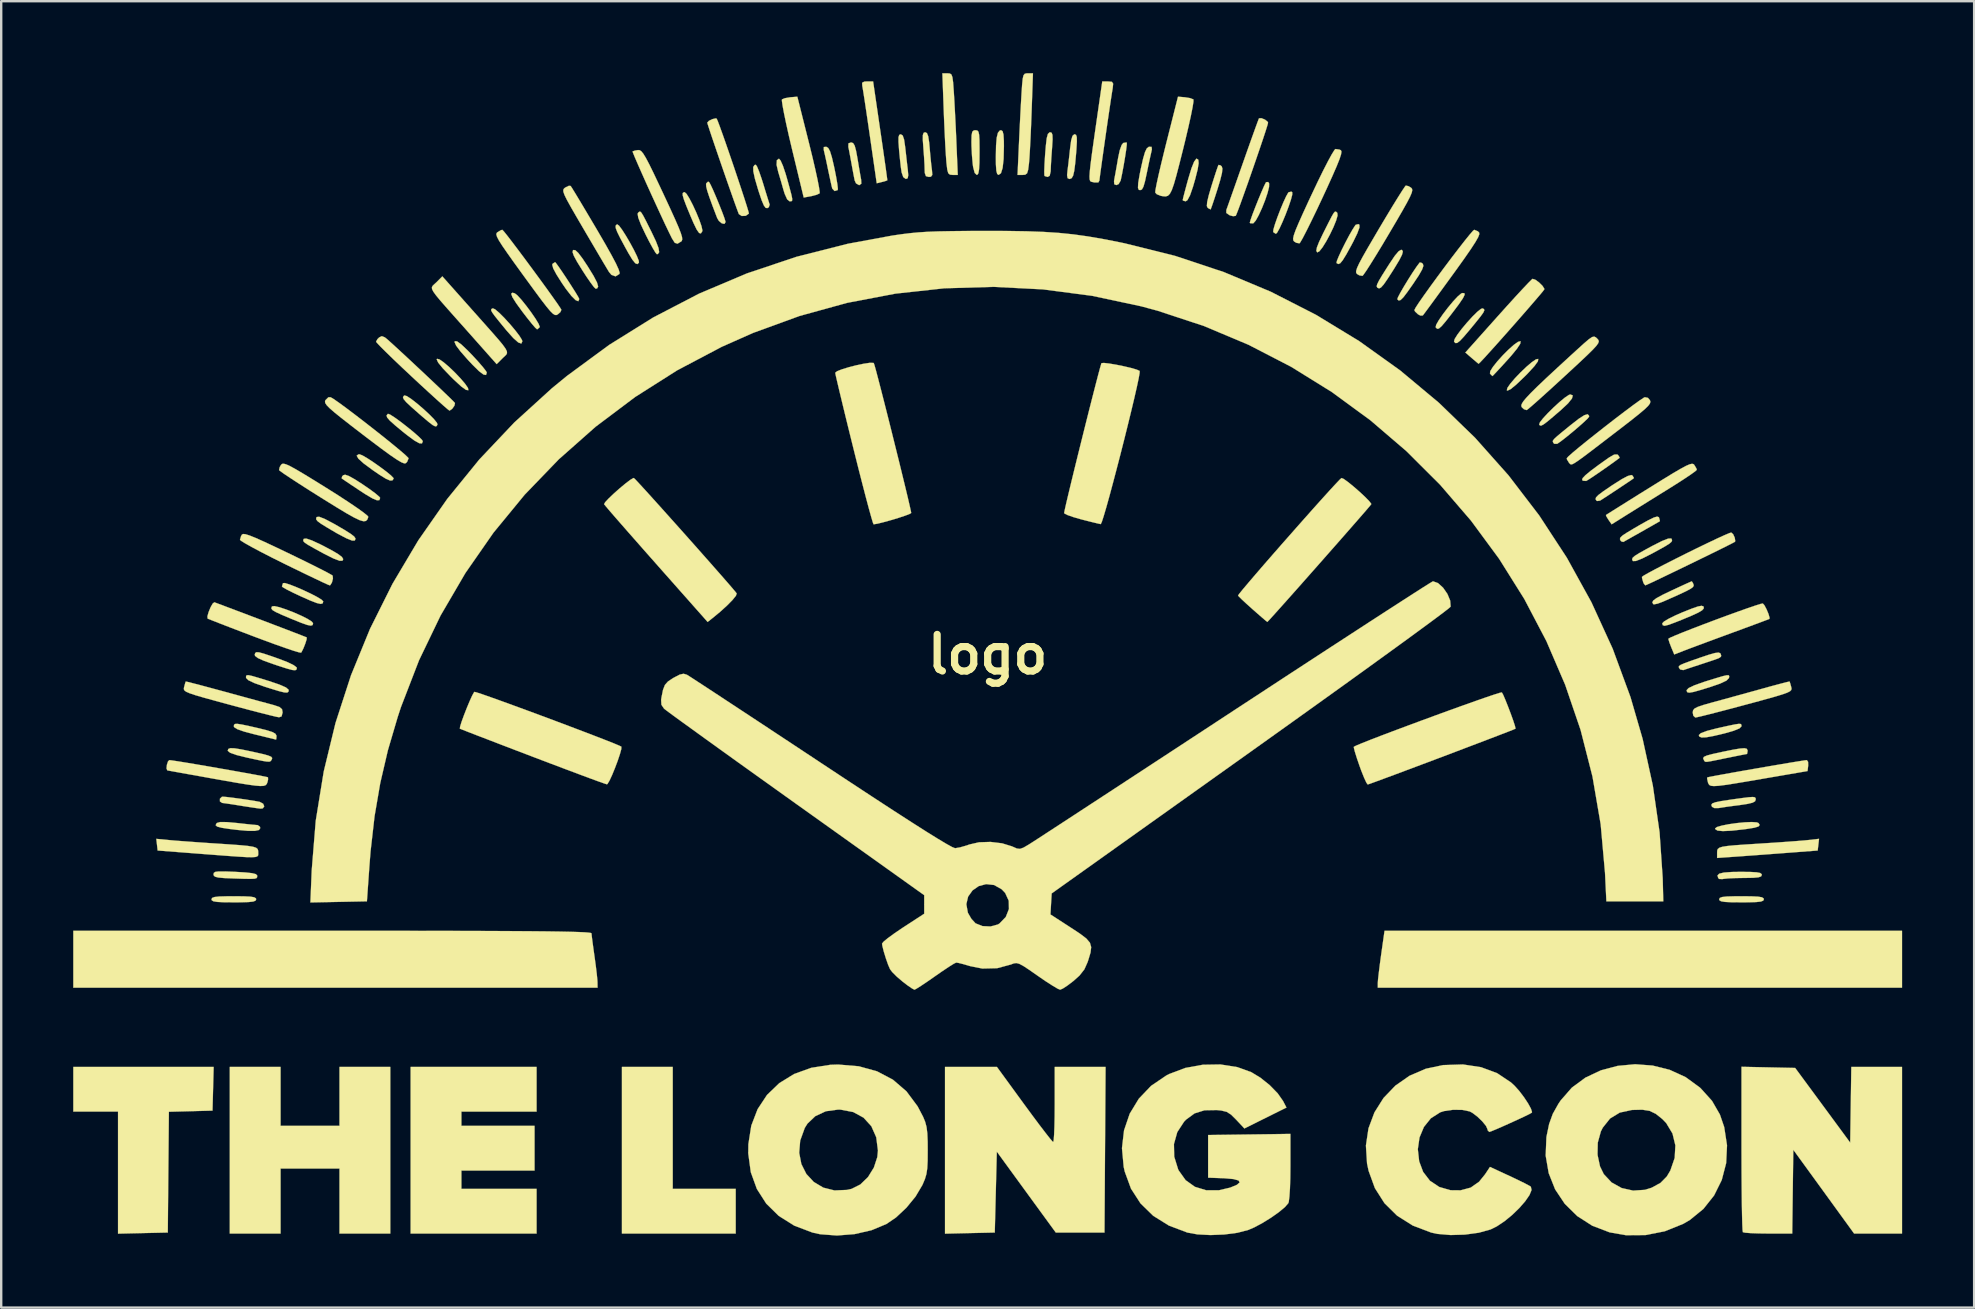
<source format=kicad_pcb>
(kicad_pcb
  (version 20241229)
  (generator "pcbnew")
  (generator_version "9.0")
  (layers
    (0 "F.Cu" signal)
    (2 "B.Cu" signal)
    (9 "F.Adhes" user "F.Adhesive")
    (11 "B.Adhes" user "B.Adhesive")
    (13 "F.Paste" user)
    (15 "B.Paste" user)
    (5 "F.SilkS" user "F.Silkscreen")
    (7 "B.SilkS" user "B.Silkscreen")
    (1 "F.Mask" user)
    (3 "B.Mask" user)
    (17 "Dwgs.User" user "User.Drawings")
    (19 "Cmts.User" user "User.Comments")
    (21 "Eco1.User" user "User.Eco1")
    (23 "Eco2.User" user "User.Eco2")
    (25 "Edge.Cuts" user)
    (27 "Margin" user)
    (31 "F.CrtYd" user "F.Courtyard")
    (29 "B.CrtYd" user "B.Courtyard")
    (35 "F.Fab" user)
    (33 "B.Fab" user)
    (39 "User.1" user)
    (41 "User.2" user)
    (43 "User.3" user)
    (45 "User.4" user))
  (footprint "logo"
    (layer "F.Cu")
    (at 38.105 24.22)
    (property "Reference" "logo" (at 0 0 0) (layer "F.SilkS") (effects (font (size 1.524 1.524) (thickness 0.3))))
    (attr through_hole)
    (fp_poly (pts (xy -13.123 22.267) (xy -10.499 22.267) (xy -10.499 24.13) (xy -15.24 24.13) (xy -15.24 17.187) (xy -13.123 17.187) (xy -13.123 22.267)) (stroke (width 0.01) (type solid)) (fill yes) (layer "F.SilkS"))
    (fp_poly (pts (xy 38.1 13.885) (xy 16.256 13.885) (xy 16.256 13.695) (xy 16.267 13.538) (xy 16.299 13.255) (xy 16.345 12.887) (xy 16.396 12.509) (xy 16.537 11.515) (xy 38.1 11.515) (xy 38.1 13.885)) (stroke (width 0.01) (type solid)) (fill yes) (layer "F.SilkS"))
    (fp_poly (pts (xy -32.276 18.098) (xy -32.3 19.008) (xy -33.209 19.032) (xy -34.118 19.056) (xy -34.141 21.572) (xy -34.163 24.088) (xy -35.2 24.111) (xy -36.237 24.135) (xy -36.237 19.05) (xy -38.1 19.05) (xy -38.1 17.187) (xy -32.252 17.187) (xy -32.276 18.098)) (stroke (width 0.01) (type solid)) (fill yes) (layer "F.SilkS"))
    (fp_poly (pts (xy -29.464 19.643) (xy -27.009 19.643) (xy -27.009 17.187) (xy -24.892 17.187) (xy -24.892 24.13) (xy -27.009 24.13) (xy -27.009 21.421) (xy -29.464 21.421) (xy -29.464 24.13) (xy -31.581 24.13) (xy -31.581 17.187) (xy -29.464 17.187) (xy -29.464 19.643)) (stroke (width 0.01) (type solid)) (fill yes) (layer "F.SilkS"))
    (fp_poly (pts (xy -18.796 19.05) (xy -21.929 19.05) (xy -21.929 19.643) (xy -18.881 19.643) (xy -18.881 21.505) (xy -21.929 21.505) (xy -21.929 22.267) (xy -18.796 22.267) (xy -18.796 24.13) (xy -24.045 24.13) (xy -24.045 17.187) (xy -18.796 17.187) (xy -18.796 19.05)) (stroke (width 0.01) (type solid)) (fill yes) (layer "F.SilkS"))
    (fp_poly (pts (xy -22.842 -12.294) (xy -22.664 -12.17) (xy -22.439 -11.977) (xy -22.197 -11.745) (xy -21.966 -11.502) (xy -21.776 -11.28) (xy -21.656 -11.106) (xy -21.637 -11.011) (xy -21.638 -11.01) (xy -21.738 -11.024) (xy -21.937 -11.168) (xy -22.238 -11.445) (xy -22.385 -11.59) (xy -22.705 -11.925) (xy -22.895 -12.158) (xy -22.958 -12.29) (xy -22.944 -12.319) (xy -22.842 -12.294)) (stroke (width 0.01) (type solid)) (fill yes) (layer "F.SilkS"))
    (fp_poly (pts (xy -22.109 -13.046) (xy -21.931 -12.917) (xy -21.661 -12.66) (xy -21.492 -12.486) (xy -21.237 -12.21) (xy -21.032 -11.973) (xy -20.903 -11.806) (xy -20.87 -11.744) (xy -20.904 -11.645) (xy -21.01 -11.664) (xy -21.197 -11.806) (xy -21.471 -12.076) (xy -21.665 -12.283) (xy -21.968 -12.629) (xy -22.15 -12.871) (xy -22.214 -13.015) (xy -22.202 -13.053) (xy -22.109 -13.046)) (stroke (width 0.01) (type solid)) (fill yes) (layer "F.SilkS"))
    (fp_poly (pts (xy 0.622 -21.803) (xy 0.659 -21.661) (xy 0.675 -21.392) (xy 0.677 -21.177) (xy 0.664 -20.644) (xy 0.623 -20.271) (xy 0.554 -20.052) (xy 0.455 -19.981) (xy 0.397 -20.021) (xy 0.361 -20.156) (xy 0.343 -20.415) (xy 0.34 -20.722) (xy 0.349 -21.203) (xy 0.377 -21.536) (xy 0.428 -21.739) (xy 0.506 -21.832) (xy 0.56 -21.844) (xy 0.622 -21.803)) (stroke (width 0.01) (type solid)) (fill yes) (layer "F.SilkS"))
    (fp_poly (pts (xy 22.942 -12.313) (xy 22.928 -12.214) (xy 22.783 -12.014) (xy 22.507 -11.713) (xy 22.361 -11.566) (xy 22.026 -11.246) (xy 21.794 -11.056) (xy 21.661 -10.993) (xy 21.632 -11.007) (xy 21.658 -11.109) (xy 21.782 -11.287) (xy 21.974 -11.512) (xy 22.207 -11.755) (xy 22.449 -11.986) (xy 22.672 -12.176) (xy 22.845 -12.295) (xy 22.941 -12.315) (xy 22.942 -12.313)) (stroke (width 0.01) (type solid)) (fill yes) (layer "F.SilkS"))
    (fp_poly (pts (xy -26.053 -8.294) (xy -25.847 -8.174) (xy -25.589 -8.005) (xy -25.316 -7.812) (xy -25.062 -7.623) (xy -24.865 -7.461) (xy -24.76 -7.352) (xy -24.752 -7.329) (xy -24.803 -7.252) (xy -24.903 -7.247) (xy -25.076 -7.322) (xy -25.343 -7.488) (xy -25.629 -7.684) (xy -25.999 -7.957) (xy -26.22 -8.156) (xy -26.293 -8.282) (xy -26.22 -8.337) (xy -26.172 -8.34) (xy -26.053 -8.294)) (stroke (width 0.01) (type solid)) (fill yes) (layer "F.SilkS"))
    (fp_poly (pts (xy -17.183 -16.845) (xy -17.06 -16.732) (xy -16.882 -16.497) (xy -16.659 -16.161) (xy -16.419 -15.77) (xy -16.278 -15.498) (xy -16.231 -15.33) (xy -16.274 -15.251) (xy -16.335 -15.24) (xy -16.405 -15.307) (xy -16.543 -15.489) (xy -16.727 -15.756) (xy -16.892 -16.011) (xy -17.113 -16.369) (xy -17.244 -16.612) (xy -17.297 -16.762) (xy -17.28 -16.841) (xy -17.265 -16.853) (xy -17.183 -16.845)) (stroke (width 0.01) (type solid)) (fill yes) (layer "F.SilkS"))
    (fp_poly (pts (xy 8.777 -20.614) (xy 8.791 -20.468) (xy 8.749 -20.206) (xy 8.649 -19.811) (xy 8.555 -19.486) (xy 8.433 -19.133) (xy 8.324 -18.929) (xy 8.251 -18.881) (xy 8.141 -18.911) (xy 8.128 -18.935) (xy 8.149 -19.035) (xy 8.207 -19.26) (xy 8.291 -19.574) (xy 8.36 -19.824) (xy 8.492 -20.259) (xy 8.604 -20.537) (xy 8.694 -20.655) (xy 8.709 -20.659) (xy 8.777 -20.614)) (stroke (width 0.01) (type solid)) (fill yes) (layer "F.SilkS"))
    (fp_poly (pts (xy 24.381 -10.793) (xy 24.348 -10.667) (xy 24.185 -10.464) (xy 23.901 -10.197) (xy 23.557 -9.901) (xy 23.318 -9.701) (xy 23.162 -9.584) (xy 23.068 -9.536) (xy 23.014 -9.54) (xy 22.979 -9.581) (xy 23.012 -9.673) (xy 23.145 -9.843) (xy 23.347 -10.061) (xy 23.586 -10.297) (xy 23.832 -10.521) (xy 24.054 -10.704) (xy 24.22 -10.815) (xy 24.278 -10.834) (xy 24.381 -10.793)) (stroke (width 0.01) (type solid)) (fill yes) (layer "F.SilkS"))
    (fp_poly (pts (xy 32.046 6.997) (xy 32.12 7.025) (xy 32.17 7.106) (xy 32.119 7.168) (xy 31.946 7.221) (xy 31.629 7.272) (xy 31.524 7.286) (xy 31.003 7.344) (xy 30.635 7.361) (xy 30.41 7.339) (xy 30.315 7.276) (xy 30.311 7.251) (xy 30.388 7.191) (xy 30.593 7.131) (xy 30.882 7.074) (xy 31.215 7.027) (xy 31.547 6.995) (xy 31.839 6.983) (xy 32.046 6.997)) (stroke (width 0.01) (type solid)) (fill yes) (layer "F.SilkS"))
    (fp_poly (pts (xy -31.695 6.986) (xy -31.278 7.024) (xy -30.929 7.063) (xy -30.639 7.093) (xy -30.453 7.109) (xy -30.416 7.111) (xy -30.323 7.18) (xy -30.311 7.239) (xy -30.364 7.315) (xy -30.535 7.352) (xy -30.836 7.35) (xy -31.281 7.31) (xy -31.57 7.275) (xy -31.91 7.224) (xy -32.103 7.174) (xy -32.17 7.116) (xy -32.133 7.039) (xy -32.119 7.023) (xy -31.984 6.984) (xy -31.695 6.986)) (stroke (width 0.01) (type solid)) (fill yes) (layer "F.SilkS"))
    (fp_poly (pts (xy -28.162 -4.752) (xy -27.821 -4.594) (xy -27.788 -4.578) (xy -27.362 -4.356) (xy -27.075 -4.189) (xy -26.911 -4.066) (xy -26.854 -3.974) (xy -26.882 -3.907) (xy -27.004 -3.903) (xy -27.261 -3.999) (xy -27.651 -4.195) (xy -27.707 -4.225) (xy -28.075 -4.427) (xy -28.318 -4.565) (xy -28.457 -4.658) (xy -28.516 -4.722) (xy -28.518 -4.775) (xy -28.495 -4.819) (xy -28.392 -4.829) (xy -28.162 -4.752)) (stroke (width 0.01) (type solid)) (fill yes) (layer "F.SilkS"))
    (fp_poly (pts (xy -26.618 -7.436) (xy -26.371 -7.298) (xy -26.038 -7.084) (xy -25.736 -6.876) (xy -25.496 -6.697) (xy -25.348 -6.569) (xy -25.315 -6.524) (xy -25.345 -6.432) (xy -25.447 -6.423) (xy -25.637 -6.503) (xy -25.932 -6.678) (xy -26.169 -6.832) (xy -26.472 -7.034) (xy -26.718 -7.199) (xy -26.877 -7.308) (xy -26.918 -7.337) (xy -26.901 -7.414) (xy -26.857 -7.466) (xy -26.773 -7.489) (xy -26.618 -7.436)) (stroke (width 0.01) (type solid)) (fill yes) (layer "F.SilkS"))
    (fp_poly (pts (xy -24.898 -9.994) (xy -24.715 -9.877) (xy -24.472 -9.702) (xy -24.204 -9.494) (xy -23.942 -9.282) (xy -23.722 -9.09) (xy -23.577 -8.947) (xy -23.537 -8.885) (xy -23.572 -8.793) (xy -23.684 -8.8) (xy -23.886 -8.913) (xy -24.19 -9.137) (xy -24.374 -9.283) (xy -24.704 -9.557) (xy -24.916 -9.748) (xy -25.025 -9.876) (xy -25.047 -9.96) (xy -24.998 -10.02) (xy -24.987 -10.027) (xy -24.898 -9.994)) (stroke (width 0.01) (type solid)) (fill yes) (layer "F.SilkS"))
    (fp_poly (pts (xy -19.704 -15.047) (xy -19.591 -14.958) (xy -19.423 -14.773) (xy -19.225 -14.527) (xy -19.023 -14.256) (xy -18.845 -13.997) (xy -18.716 -13.784) (xy -18.663 -13.654) (xy -18.666 -13.636) (xy -18.758 -13.554) (xy -18.78 -13.55) (xy -18.852 -13.615) (xy -19.001 -13.788) (xy -19.203 -14.041) (xy -19.38 -14.271) (xy -19.647 -14.638) (xy -19.804 -14.887) (xy -19.855 -15.029) (xy -19.804 -15.073) (xy -19.704 -15.047)) (stroke (width 0.01) (type solid)) (fill yes) (layer "F.SilkS"))
    (fp_poly (pts (xy -18.008 -16.335) (xy -17.888 -16.172) (xy -17.722 -15.931) (xy -17.533 -15.647) (xy -17.345 -15.356) (xy -17.18 -15.096) (xy -17.063 -14.902) (xy -17.018 -14.81) (xy -17.018 -14.81) (xy -17.058 -14.718) (xy -17.171 -14.765) (xy -17.348 -14.942) (xy -17.579 -15.239) (xy -17.732 -15.462) (xy -17.968 -15.833) (xy -18.103 -16.086) (xy -18.144 -16.237) (xy -18.127 -16.281) (xy -18.032 -16.342) (xy -18.008 -16.335)) (stroke (width 0.01) (type solid)) (fill yes) (layer "F.SilkS"))
    (fp_poly (pts (xy -15.362 -17.868) (xy -15.234 -17.698) (xy -15.075 -17.449) (xy -14.905 -17.158) (xy -14.745 -16.863) (xy -14.616 -16.6) (xy -14.539 -16.407) (xy -14.531 -16.324) (xy -14.598 -16.265) (xy -14.684 -16.301) (xy -14.804 -16.449) (xy -14.971 -16.724) (xy -15.099 -16.955) (xy -15.306 -17.34) (xy -15.436 -17.603) (xy -15.499 -17.77) (xy -15.503 -17.865) (xy -15.457 -17.914) (xy -15.437 -17.923) (xy -15.362 -17.868)) (stroke (width 0.01) (type solid)) (fill yes) (layer "F.SilkS"))
    (fp_poly (pts (xy -12.545 -19.189) (xy -12.426 -18.997) (xy -12.286 -18.727) (xy -12.144 -18.419) (xy -12.018 -18.114) (xy -11.926 -17.852) (xy -11.887 -17.674) (xy -11.891 -17.634) (xy -11.95 -17.543) (xy -12.024 -17.562) (xy -12.125 -17.705) (xy -12.261 -17.986) (xy -12.382 -18.267) (xy -12.552 -18.678) (xy -12.658 -18.959) (xy -12.708 -19.133) (xy -12.707 -19.225) (xy -12.66 -19.259) (xy -12.625 -19.262) (xy -12.545 -19.189)) (stroke (width 0.01) (type solid)) (fill yes) (layer "F.SilkS"))
    (fp_poly (pts (xy 5.797 -21.325) (xy 5.796 -21.234) (xy 5.77 -21.019) (xy 5.724 -20.719) (xy 5.666 -20.377) (xy 5.602 -20.034) (xy 5.542 -19.748) (xy 5.458 -19.6) (xy 5.364 -19.558) (xy 5.276 -19.592) (xy 5.265 -19.723) (xy 5.283 -19.833) (xy 5.326 -20.061) (xy 5.383 -20.383) (xy 5.435 -20.688) (xy 5.503 -21.008) (xy 5.582 -21.229) (xy 5.648 -21.312) (xy 5.771 -21.334) (xy 5.797 -21.325)) (stroke (width 0.01) (type solid)) (fill yes) (layer "F.SilkS"))
    (fp_poly (pts (xy 20.682 -14.389) (xy 20.695 -14.337) (xy 20.65 -14.24) (xy 20.533 -14.078) (xy 20.331 -13.826) (xy 20.113 -13.561) (xy 19.855 -13.256) (xy 19.679 -13.067) (xy 19.564 -12.98) (xy 19.489 -12.975) (xy 19.432 -13.037) (xy 19.457 -13.14) (xy 19.575 -13.329) (xy 19.757 -13.57) (xy 19.975 -13.83) (xy 20.2 -14.078) (xy 20.404 -14.279) (xy 20.558 -14.401) (xy 20.624 -14.421) (xy 20.682 -14.389)) (stroke (width 0.01) (type solid)) (fill yes) (layer "F.SilkS"))
    (fp_poly (pts (xy 22.207 -13.048) (xy 22.192 -12.946) (xy 22.055 -12.738) (xy 21.803 -12.432) (xy 21.67 -12.283) (xy 21.418 -12.006) (xy 21.212 -11.784) (xy 21.076 -11.64) (xy 21.034 -11.599) (xy 20.975 -11.654) (xy 20.929 -11.707) (xy 20.944 -11.808) (xy 21.058 -11.988) (xy 21.241 -12.217) (xy 21.466 -12.466) (xy 21.703 -12.703) (xy 21.923 -12.9) (xy 22.099 -13.026) (xy 22.202 -13.052) (xy 22.207 -13.048)) (stroke (width 0.01) (type solid)) (fill yes) (layer "F.SilkS"))
    (fp_poly (pts (xy 26.269 -8.309) (xy 26.332 -8.213) (xy 26.326 -8.187) (xy 26.116 -8.032) (xy 25.848 -7.84) (xy 25.559 -7.638) (xy 25.287 -7.452) (xy 25.071 -7.308) (xy 24.947 -7.233) (xy 24.938 -7.229) (xy 24.805 -7.239) (xy 24.771 -7.271) (xy 24.789 -7.343) (xy 24.908 -7.47) (xy 25.139 -7.66) (xy 25.494 -7.924) (xy 25.893 -8.206) (xy 26.105 -8.328) (xy 26.235 -8.333) (xy 26.269 -8.309)) (stroke (width 0.01) (type solid)) (fill yes) (layer "F.SilkS"))
    (fp_poly (pts (xy 29.821 -2.005) (xy 29.838 -1.978) (xy 29.836 -1.912) (xy 29.768 -1.838) (xy 29.614 -1.746) (xy 29.352 -1.624) (xy 28.962 -1.461) (xy 28.678 -1.347) (xy 28.381 -1.236) (xy 28.208 -1.194) (xy 28.128 -1.219) (xy 28.109 -1.297) (xy 28.183 -1.373) (xy 28.383 -1.492) (xy 28.677 -1.636) (xy 28.95 -1.755) (xy 29.334 -1.908) (xy 29.59 -1.997) (xy 29.744 -2.027) (xy 29.821 -2.005)) (stroke (width 0.01) (type solid)) (fill yes) (layer "F.SilkS"))
    (fp_poly (pts (xy 31.381 2.898) (xy 31.408 2.933) (xy 31.411 2.995) (xy 31.411 2.995) (xy 31.329 3.08) (xy 31.086 3.18) (xy 30.695 3.292) (xy 30.245 3.398) (xy 29.935 3.454) (xy 29.744 3.46) (xy 29.651 3.419) (xy 29.633 3.358) (xy 29.717 3.281) (xy 29.963 3.188) (xy 30.366 3.083) (xy 30.459 3.062) (xy 30.867 2.971) (xy 31.138 2.915) (xy 31.3 2.891) (xy 31.381 2.898)) (stroke (width 0.01) (type solid)) (fill yes) (layer "F.SilkS"))
    (fp_poly (pts (xy -30.994 10.079) (xy -30.72 10.092) (xy -30.561 10.119) (xy -30.491 10.163) (xy -30.48 10.202) (xy -30.507 10.259) (xy -30.604 10.297) (xy -30.8 10.318) (xy -31.12 10.328) (xy -31.411 10.329) (xy -31.828 10.326) (xy -32.103 10.312) (xy -32.262 10.286) (xy -32.332 10.242) (xy -32.343 10.202) (xy -32.316 10.145) (xy -32.218 10.108) (xy -32.023 10.086) (xy -31.702 10.077) (xy -31.411 10.075) (xy -30.994 10.079)) (stroke (width 0.01) (type solid)) (fill yes) (layer "F.SilkS"))
    (fp_poly (pts (xy -30.36 -0.087) (xy -30.17 -0.036) (xy -29.871 0.064) (xy -29.527 0.185) (xy -29.172 0.322) (xy -28.919 0.445) (xy -28.795 0.54) (xy -28.787 0.562) (xy -28.8 0.629) (xy -28.856 0.659) (xy -28.98 0.647) (xy -29.199 0.588) (xy -29.538 0.48) (xy -29.784 0.397) (xy -30.171 0.258) (xy -30.412 0.149) (xy -30.527 0.061) (xy -30.541 0.002) (xy -30.518 -0.063) (xy -30.467 -0.094) (xy -30.36 -0.087)) (stroke (width 0.01) (type solid)) (fill yes) (layer "F.SilkS"))
    (fp_poly (pts (xy -29.51 -1.967) (xy -29.228 -1.873) (xy -28.913 -1.751) (xy -28.604 -1.615) (xy -28.341 -1.483) (xy -28.164 -1.37) (xy -28.109 -1.301) (xy -28.128 -1.225) (xy -28.202 -1.2) (xy -28.353 -1.229) (xy -28.608 -1.319) (xy -28.989 -1.473) (xy -29.041 -1.494) (xy -29.418 -1.654) (xy -29.663 -1.767) (xy -29.798 -1.847) (xy -29.848 -1.912) (xy -29.836 -1.976) (xy -29.82 -2.002) (xy -29.721 -2.015) (xy -29.51 -1.967)) (stroke (width 0.01) (type solid)) (fill yes) (layer "F.SilkS"))
    (fp_poly (pts (xy -29.087 -2.915) (xy -28.819 -2.811) (xy -28.515 -2.679) (xy -28.211 -2.536) (xy -27.947 -2.399) (xy -27.759 -2.285) (xy -27.686 -2.212) (xy -27.686 -2.211) (xy -27.708 -2.13) (xy -27.791 -2.105) (xy -27.956 -2.142) (xy -28.227 -2.247) (xy -28.617 -2.42) (xy -28.947 -2.575) (xy -29.209 -2.707) (xy -29.37 -2.8) (xy -29.407 -2.834) (xy -29.369 -2.953) (xy -29.362 -2.972) (xy -29.281 -2.975) (xy -29.087 -2.915)) (stroke (width 0.01) (type solid)) (fill yes) (layer "F.SilkS"))
    (fp_poly (pts (xy -27.617 -5.644) (xy -27.247 -5.449) (xy -27.19 -5.417) (xy -26.802 -5.191) (xy -26.544 -5.028) (xy -26.397 -4.914) (xy -26.342 -4.832) (xy -26.36 -4.766) (xy -26.378 -4.746) (xy -26.491 -4.747) (xy -26.726 -4.842) (xy -27.069 -5.022) (xy -27.169 -5.079) (xy -27.538 -5.297) (xy -27.782 -5.448) (xy -27.922 -5.552) (xy -27.98 -5.626) (xy -27.978 -5.688) (xy -27.958 -5.727) (xy -27.853 -5.737) (xy -27.617 -5.644)) (stroke (width 0.01) (type solid)) (fill yes) (layer "F.SilkS"))
    (fp_poly (pts (xy -24.203 -10.765) (xy -24.019 -10.645) (xy -23.781 -10.46) (xy -23.523 -10.24) (xy -23.276 -10.012) (xy -23.074 -9.807) (xy -22.949 -9.651) (xy -22.925 -9.584) (xy -22.959 -9.516) (xy -23.017 -9.503) (xy -23.123 -9.556) (xy -23.298 -9.691) (xy -23.568 -9.919) (xy -23.707 -10.04) (xy -24.025 -10.321) (xy -24.23 -10.514) (xy -24.337 -10.641) (xy -24.364 -10.721) (xy -24.327 -10.776) (xy -24.302 -10.793) (xy -24.203 -10.765)) (stroke (width 0.01) (type solid)) (fill yes) (layer "F.SilkS"))
    (fp_poly (pts (xy -20.523 -14.38) (xy -20.353 -14.235) (xy -20.138 -14.02) (xy -19.907 -13.767) (xy -19.689 -13.509) (xy -19.512 -13.278) (xy -19.406 -13.106) (xy -19.389 -13.047) (xy -19.432 -12.954) (xy -19.561 -13.001) (xy -19.768 -13.185) (xy -20.05 -13.502) (xy -20.066 -13.521) (xy -20.35 -13.867) (xy -20.54 -14.104) (xy -20.649 -14.256) (xy -20.691 -14.344) (xy -20.681 -14.391) (xy -20.631 -14.418) (xy -20.619 -14.423) (xy -20.523 -14.38)) (stroke (width 0.01) (type solid)) (fill yes) (layer "F.SilkS"))
    (fp_poly (pts (xy -14.428 -18.407) (xy -14.35 -18.279) (xy -14.229 -18.047) (xy -14.051 -17.69) (xy -14.019 -17.628) (xy -13.824 -17.217) (xy -13.715 -16.934) (xy -13.688 -16.762) (xy -13.741 -16.686) (xy -13.787 -16.679) (xy -13.847 -16.75) (xy -13.962 -16.943) (xy -14.115 -17.226) (xy -14.252 -17.495) (xy -14.449 -17.912) (xy -14.559 -18.196) (xy -14.586 -18.36) (xy -14.569 -18.4) (xy -14.522 -18.445) (xy -14.48 -18.455) (xy -14.428 -18.407)) (stroke (width 0.01) (type solid)) (fill yes) (layer "F.SilkS"))
    (fp_poly (pts (xy -11.604 -19.678) (xy -11.544 -19.571) (xy -11.441 -19.35) (xy -11.315 -19.057) (xy -11.183 -18.736) (xy -11.061 -18.429) (xy -10.969 -18.181) (xy -10.924 -18.033) (xy -10.922 -18.018) (xy -10.97 -17.94) (xy -11.08 -17.965) (xy -11.202 -18.067) (xy -11.27 -18.182) (xy -11.464 -18.69) (xy -11.6 -19.064) (xy -11.686 -19.325) (xy -11.728 -19.497) (xy -11.734 -19.601) (xy -11.726 -19.631) (xy -11.65 -19.703) (xy -11.604 -19.678)) (stroke (width 0.01) (type solid)) (fill yes) (layer "F.SilkS"))
    (fp_poly (pts (xy -9.609 -20.329) (xy -9.525 -20.126) (xy -9.422 -19.83) (xy -9.356 -19.622) (xy -9.25 -19.274) (xy -9.16 -18.984) (xy -9.1 -18.793) (xy -9.084 -18.743) (xy -9.119 -18.637) (xy -9.18 -18.598) (xy -9.251 -18.608) (xy -9.326 -18.709) (xy -9.417 -18.923) (xy -9.535 -19.272) (xy -9.572 -19.39) (xy -9.7 -19.828) (xy -9.765 -20.129) (xy -9.769 -20.311) (xy -9.714 -20.394) (xy -9.66 -20.405) (xy -9.609 -20.329)) (stroke (width 0.01) (type solid)) (fill yes) (layer "F.SilkS"))
    (fp_poly (pts (xy -8.628 -20.58) (xy -8.531 -20.362) (xy -8.42 -20.031) (xy -8.36 -19.824) (xy -8.248 -19.42) (xy -8.177 -19.152) (xy -8.145 -18.991) (xy -8.148 -18.911) (xy -8.182 -18.883) (xy -8.246 -18.881) (xy -8.253 -18.881) (xy -8.354 -18.962) (xy -8.46 -19.197) (xy -8.512 -19.367) (xy -8.601 -19.681) (xy -8.685 -19.965) (xy -8.726 -20.1) (xy -8.796 -20.4) (xy -8.785 -20.593) (xy -8.698 -20.659) (xy -8.628 -20.58)) (stroke (width 0.01) (type solid)) (fill yes) (layer "F.SilkS"))
    (fp_poly (pts (xy 9.699 -20.382) (xy 9.751 -20.34) (xy 9.782 -20.246) (xy 9.763 -20.062) (xy 9.689 -19.763) (xy 9.577 -19.393) (xy 9.465 -19.044) (xy 9.372 -18.765) (xy 9.309 -18.588) (xy 9.289 -18.543) (xy 9.213 -18.582) (xy 9.168 -18.61) (xy 9.133 -18.685) (xy 9.146 -18.851) (xy 9.212 -19.132) (xy 9.326 -19.519) (xy 9.437 -19.871) (xy 9.531 -20.159) (xy 9.597 -20.346) (xy 9.62 -20.399) (xy 9.699 -20.382)) (stroke (width 0.01) (type solid)) (fill yes) (layer "F.SilkS"))
    (fp_poly (pts (xy 11.729 -19.625) (xy 11.725 -19.479) (xy 11.663 -19.231) (xy 11.56 -18.925) (xy 11.432 -18.604) (xy 11.297 -18.309) (xy 11.173 -18.083) (xy 11.075 -17.97) (xy 11.061 -17.964) (xy 10.942 -17.966) (xy 10.922 -17.989) (xy 10.953 -18.103) (xy 11.033 -18.33) (xy 11.147 -18.627) (xy 11.276 -18.95) (xy 11.404 -19.258) (xy 11.513 -19.508) (xy 11.587 -19.657) (xy 11.601 -19.678) (xy 11.69 -19.687) (xy 11.729 -19.625)) (stroke (width 0.01) (type solid)) (fill yes) (layer "F.SilkS"))
    (fp_poly (pts (xy 12.693 -19.257) (xy 12.691 -19.155) (xy 12.634 -18.941) (xy 12.536 -18.653) (xy 12.415 -18.333) (xy 12.285 -18.021) (xy 12.163 -17.755) (xy 12.064 -17.578) (xy 12.01 -17.526) (xy 11.913 -17.587) (xy 11.897 -17.608) (xy 11.908 -17.713) (xy 11.972 -17.93) (xy 12.073 -18.219) (xy 12.195 -18.536) (xy 12.322 -18.84) (xy 12.437 -19.089) (xy 12.524 -19.242) (xy 12.537 -19.257) (xy 12.654 -19.287) (xy 12.693 -19.257)) (stroke (width 0.01) (type solid)) (fill yes) (layer "F.SilkS"))
    (fp_poly (pts (xy 15.491 -17.902) (xy 15.491 -17.787) (xy 15.401 -17.544) (xy 15.226 -17.184) (xy 15.148 -17.038) (xy 14.943 -16.667) (xy 14.796 -16.428) (xy 14.691 -16.301) (xy 14.612 -16.267) (xy 14.541 -16.306) (xy 14.535 -16.312) (xy 14.552 -16.4) (xy 14.633 -16.598) (xy 14.758 -16.866) (xy 14.908 -17.167) (xy 15.064 -17.461) (xy 15.206 -17.71) (xy 15.315 -17.877) (xy 15.336 -17.903) (xy 15.449 -17.932) (xy 15.491 -17.902)) (stroke (width 0.01) (type solid)) (fill yes) (layer "F.SilkS"))
    (fp_poly (pts (xy 18.082 -16.318) (xy 18.135 -16.274) (xy 18.156 -16.19) (xy 18.102 -16.038) (xy 17.963 -15.794) (xy 17.737 -15.454) (xy 17.493 -15.106) (xy 17.323 -14.883) (xy 17.207 -14.769) (xy 17.13 -14.746) (xy 17.073 -14.797) (xy 17.069 -14.802) (xy 17.099 -14.889) (xy 17.2 -15.08) (xy 17.35 -15.339) (xy 17.527 -15.63) (xy 17.709 -15.916) (xy 17.874 -16.161) (xy 17.999 -16.327) (xy 18.005 -16.335) (xy 18.082 -16.318)) (stroke (width 0.01) (type solid)) (fill yes) (layer "F.SilkS"))
    (fp_poly (pts (xy 19.862 -15.056) (xy 19.876 -14.989) (xy 19.804 -14.843) (xy 19.639 -14.6) (xy 19.373 -14.247) (xy 19.329 -14.189) (xy 19.081 -13.873) (xy 18.912 -13.676) (xy 18.802 -13.58) (xy 18.73 -13.569) (xy 18.674 -13.624) (xy 18.666 -13.636) (xy 18.69 -13.739) (xy 18.801 -13.933) (xy 18.973 -14.182) (xy 19.179 -14.452) (xy 19.392 -14.708) (xy 19.584 -14.915) (xy 19.73 -15.039) (xy 19.772 -15.058) (xy 19.862 -15.056)) (stroke (width 0.01) (type solid)) (fill yes) (layer "F.SilkS"))
    (fp_poly (pts (xy 28.493 -4.822) (xy 28.519 -4.761) (xy 28.499 -4.699) (xy 28.412 -4.621) (xy 28.234 -4.509) (xy 27.944 -4.347) (xy 27.672 -4.199) (xy 27.275 -3.998) (xy 27.014 -3.895) (xy 26.888 -3.89) (xy 26.879 -3.899) (xy 26.853 -3.963) (xy 26.875 -4.027) (xy 26.968 -4.109) (xy 27.154 -4.225) (xy 27.454 -4.392) (xy 27.7 -4.525) (xy 28.093 -4.724) (xy 28.353 -4.826) (xy 28.482 -4.833) (xy 28.493 -4.822)) (stroke (width 0.01) (type solid)) (fill yes) (layer "F.SilkS"))
    (fp_poly (pts (xy 30.88 0.868) (xy 30.9 0.907) (xy 30.89 0.978) (xy 30.888 0.984) (xy 30.786 1.089) (xy 30.517 1.216) (xy 30.099 1.36) (xy 29.688 1.486) (xy 29.412 1.563) (xy 29.244 1.592) (xy 29.158 1.579) (xy 29.128 1.526) (xy 29.125 1.488) (xy 29.207 1.401) (xy 29.45 1.285) (xy 29.845 1.145) (xy 29.964 1.107) (xy 30.37 0.982) (xy 30.641 0.902) (xy 30.802 0.866) (xy 30.88 0.868)) (stroke (width 0.01) (type solid)) (fill yes) (layer "F.SilkS"))
    (fp_poly (pts (xy 31.828 10.079) (xy 32.103 10.092) (xy 32.262 10.119) (xy 32.332 10.163) (xy 32.343 10.202) (xy 32.316 10.259) (xy 32.218 10.297) (xy 32.023 10.318) (xy 31.702 10.328) (xy 31.411 10.329) (xy 30.994 10.326) (xy 30.72 10.312) (xy 30.561 10.286) (xy 30.491 10.242) (xy 30.48 10.202) (xy 30.507 10.145) (xy 30.604 10.108) (xy 30.8 10.086) (xy 31.12 10.077) (xy 31.411 10.075) (xy 31.828 10.079)) (stroke (width 0.01) (type solid)) (fill yes) (layer "F.SilkS"))
    (fp_poly (pts (xy -31.068 2.922) (xy -30.761 2.987) (xy -30.432 3.062) (xy -30.052 3.155) (xy -29.811 3.231) (xy -29.681 3.302) (xy -29.635 3.379) (xy -29.633 3.401) (xy -29.643 3.527) (xy -29.654 3.548) (xy -29.74 3.526) (xy -29.956 3.473) (xy -30.265 3.397) (xy -30.544 3.33) (xy -30.986 3.213) (xy -31.268 3.114) (xy -31.399 3.03) (xy -31.411 2.999) (xy -31.404 2.933) (xy -31.362 2.896) (xy -31.26 2.892) (xy -31.068 2.922)) (stroke (width 0.01) (type solid)) (fill yes) (layer "F.SilkS"))
    (fp_poly (pts (xy -30.644 0.898) (xy -30.384 0.974) (xy -29.992 1.095) (xy -29.96 1.104) (xy -29.516 1.254) (xy -29.238 1.376) (xy -29.128 1.472) (xy -29.125 1.485) (xy -29.137 1.556) (xy -29.19 1.589) (xy -29.311 1.582) (xy -29.524 1.53) (xy -29.857 1.429) (xy -30.12 1.346) (xy -30.545 1.197) (xy -30.806 1.074) (xy -30.903 0.978) (xy -30.903 0.971) (xy -30.901 0.905) (xy -30.875 0.868) (xy -30.799 0.864) (xy -30.644 0.898)) (stroke (width 0.01) (type solid)) (fill yes) (layer "F.SilkS"))
    (fp_poly (pts (xy -5.606 -21.307) (xy -5.541 -21.2) (xy -5.483 -20.984) (xy -5.427 -20.68) (xy -5.369 -20.332) (xy -5.315 -20.02) (xy -5.277 -19.807) (xy -5.273 -19.791) (xy -5.264 -19.617) (xy -5.342 -19.559) (xy -5.364 -19.558) (xy -5.486 -19.63) (xy -5.541 -19.748) (xy -5.578 -19.935) (xy -5.631 -20.216) (xy -5.673 -20.447) (xy -5.729 -20.754) (xy -5.779 -21.019) (xy -5.805 -21.145) (xy -5.802 -21.295) (xy -5.691 -21.336) (xy -5.606 -21.307)) (stroke (width 0.01) (type solid)) (fill yes) (layer "F.SilkS"))
    (fp_poly (pts (xy -4.473 -21.823) (xy -4.39 -21.255) (xy -4.317 -20.747) (xy -4.256 -20.32) (xy -4.212 -19.998) (xy -4.186 -19.804) (xy -4.182 -19.755) (xy -4.26 -19.727) (xy -4.407 -19.687) (xy -4.623 -19.633) (xy -4.902 -21.564) (xy -4.984 -22.127) (xy -5.06 -22.642) (xy -5.126 -23.082) (xy -5.179 -23.422) (xy -5.214 -23.634) (xy -5.224 -23.686) (xy -5.231 -23.821) (xy -5.136 -23.871) (xy -5.021 -23.876) (xy -4.773 -23.876) (xy -4.473 -21.823)) (stroke (width 0.01) (type solid)) (fill yes) (layer "F.SilkS"))
    (fp_poly (pts (xy -3.54 -21.624) (xy -3.482 -21.454) (xy -3.437 -21.145) (xy -3.396 -20.78) (xy -3.354 -20.409) (xy -3.33 -20.214) (xy -3.309 -19.965) (xy -3.333 -19.844) (xy -3.409 -19.812) (xy -3.409 -19.812) (xy -3.518 -19.89) (xy -3.586 -20.087) (xy -3.618 -20.308) (xy -3.654 -20.63) (xy -3.689 -20.989) (xy -3.692 -21.018) (xy -3.716 -21.354) (xy -3.715 -21.553) (xy -3.685 -21.649) (xy -3.622 -21.675) (xy -3.621 -21.675) (xy -3.54 -21.624)) (stroke (width 0.01) (type solid)) (fill yes) (layer "F.SilkS"))
    (fp_poly (pts (xy -0.434 -21.833) (xy -0.385 -21.782) (xy -0.357 -21.66) (xy -0.343 -21.438) (xy -0.339 -21.088) (xy -0.339 -20.913) (xy -0.343 -20.487) (xy -0.359 -20.207) (xy -0.388 -20.047) (xy -0.435 -19.985) (xy -0.454 -19.981) (xy -0.541 -20.064) (xy -0.606 -20.31) (xy -0.622 -20.426) (xy -0.654 -20.784) (xy -0.674 -21.185) (xy -0.677 -21.357) (xy -0.67 -21.634) (xy -0.641 -21.78) (xy -0.576 -21.837) (xy -0.508 -21.844) (xy -0.434 -21.833)) (stroke (width 0.01) (type solid)) (fill yes) (layer "F.SilkS"))
    (fp_poly (pts (xy 2.667 -21.737) (xy 2.699 -21.648) (xy 2.705 -21.462) (xy 2.686 -21.145) (xy 2.68 -21.061) (xy 2.654 -20.702) (xy 2.635 -20.382) (xy 2.626 -20.159) (xy 2.625 -20.13) (xy 2.584 -19.944) (xy 2.498 -19.897) (xy 2.38 -19.932) (xy 2.362 -19.96) (xy 2.358 -20.13) (xy 2.369 -20.429) (xy 2.393 -20.817) (xy 2.423 -21.188) (xy 2.46 -21.508) (xy 2.509 -21.688) (xy 2.579 -21.756) (xy 2.603 -21.759) (xy 2.667 -21.737)) (stroke (width 0.01) (type solid)) (fill yes) (layer "F.SilkS"))
    (fp_poly (pts (xy 3.682 -21.651) (xy 3.713 -21.56) (xy 3.717 -21.371) (xy 3.699 -21.054) (xy 3.69 -20.934) (xy 3.649 -20.47) (xy 3.608 -20.151) (xy 3.561 -19.951) (xy 3.501 -19.847) (xy 3.424 -19.813) (xy 3.408 -19.812) (xy 3.33 -19.846) (xy 3.309 -19.973) (xy 3.328 -20.172) (xy 3.364 -20.453) (xy 3.405 -20.814) (xy 3.436 -21.103) (xy 3.48 -21.428) (xy 3.535 -21.61) (xy 3.609 -21.674) (xy 3.622 -21.675) (xy 3.682 -21.651)) (stroke (width 0.01) (type solid)) (fill yes) (layer "F.SilkS"))
    (fp_poly (pts (xy 6.831 -21.149) (xy 6.843 -21.046) (xy 6.824 -20.957) (xy 6.78 -20.765) (xy 6.715 -20.467) (xy 6.644 -20.124) (xy 6.635 -20.081) (xy 6.556 -19.714) (xy 6.49 -19.488) (xy 6.427 -19.374) (xy 6.353 -19.347) (xy 6.297 -19.36) (xy 6.263 -19.44) (xy 6.273 -19.646) (xy 6.331 -19.991) (xy 6.386 -20.26) (xy 6.478 -20.666) (xy 6.556 -20.932) (xy 6.628 -21.083) (xy 6.706 -21.148) (xy 6.725 -21.154) (xy 6.831 -21.149)) (stroke (width 0.01) (type solid)) (fill yes) (layer "F.SilkS"))
    (fp_poly (pts (xy 14.515 -18.45) (xy 14.561 -18.409) (xy 14.57 -18.399) (xy 14.579 -18.287) (xy 14.518 -18.075) (xy 14.406 -17.8) (xy 14.261 -17.498) (xy 14.103 -17.206) (xy 13.95 -16.96) (xy 13.82 -16.797) (xy 13.733 -16.753) (xy 13.73 -16.755) (xy 13.694 -16.821) (xy 13.718 -16.957) (xy 13.808 -17.187) (xy 13.973 -17.536) (xy 14.015 -17.62) (xy 14.205 -17.998) (xy 14.334 -18.248) (xy 14.418 -18.392) (xy 14.473 -18.452) (xy 14.515 -18.45)) (stroke (width 0.01) (type solid)) (fill yes) (layer "F.SilkS"))
    (fp_poly (pts (xy 17.268 -16.851) (xy 17.3 -16.786) (xy 17.265 -16.654) (xy 17.153 -16.433) (xy 16.953 -16.101) (xy 16.896 -16.01) (xy 16.665 -15.651) (xy 16.503 -15.417) (xy 16.39 -15.291) (xy 16.31 -15.252) (xy 16.244 -15.281) (xy 16.231 -15.293) (xy 16.21 -15.34) (xy 16.229 -15.422) (xy 16.298 -15.564) (xy 16.432 -15.79) (xy 16.642 -16.124) (xy 16.75 -16.293) (xy 16.967 -16.614) (xy 17.122 -16.798) (xy 17.228 -16.861) (xy 17.268 -16.851)) (stroke (width 0.01) (type solid)) (fill yes) (layer "F.SilkS"))
    (fp_poly (pts (xy 25.058 -9.949) (xy 25.061 -9.906) (xy 25 -9.83) (xy 24.84 -9.678) (xy 24.615 -9.478) (xy 24.357 -9.259) (xy 24.101 -9.05) (xy 23.881 -8.879) (xy 23.734 -8.777) (xy 23.609 -8.778) (xy 23.576 -8.811) (xy 23.55 -8.86) (xy 23.553 -8.909) (xy 23.606 -8.98) (xy 23.728 -9.093) (xy 23.94 -9.27) (xy 24.261 -9.532) (xy 24.292 -9.557) (xy 24.63 -9.82) (xy 24.862 -9.969) (xy 25 -10.01) (xy 25.058 -9.949)) (stroke (width 0.01) (type solid)) (fill yes) (layer "F.SilkS"))
    (fp_poly (pts (xy 29.384 -2.982) (xy 29.411 -2.919) (xy 29.419 -2.864) (xy 29.387 -2.807) (xy 29.292 -2.737) (xy 29.116 -2.642) (xy 28.837 -2.51) (xy 28.434 -2.33) (xy 28.138 -2.199) (xy 27.918 -2.117) (xy 27.767 -2.087) (xy 27.736 -2.095) (xy 27.695 -2.167) (xy 27.733 -2.246) (xy 27.869 -2.347) (xy 28.122 -2.484) (xy 28.503 -2.666) (xy 28.838 -2.822) (xy 29.111 -2.948) (xy 29.289 -3.027) (xy 29.34 -3.048) (xy 29.384 -2.982)) (stroke (width 0.01) (type solid)) (fill yes) (layer "F.SilkS"))
    (fp_poly (pts (xy 31.779 9.063) (xy 32.042 9.078) (xy 32.19 9.106) (xy 32.251 9.154) (xy 32.258 9.186) (xy 32.228 9.249) (xy 32.119 9.287) (xy 31.902 9.307) (xy 31.548 9.313) (xy 31.503 9.313) (xy 31.15 9.319) (xy 30.853 9.332) (xy 30.661 9.352) (xy 30.622 9.361) (xy 30.483 9.356) (xy 30.441 9.319) (xy 30.41 9.21) (xy 30.483 9.135) (xy 30.678 9.088) (xy 31.013 9.064) (xy 31.374 9.059) (xy 31.779 9.063)) (stroke (width 0.01) (type solid)) (fill yes) (layer "F.SilkS"))
    (fp_poly (pts (xy -31.72 5.939) (xy -31.454 5.971) (xy -31.127 6.015) (xy -30.792 6.065) (xy -30.502 6.111) (xy -30.332 6.143) (xy -30.191 6.219) (xy -30.144 6.329) (xy -30.201 6.412) (xy -30.29 6.425) (xy -30.44 6.407) (xy -30.706 6.368) (xy -31.036 6.317) (xy -31.115 6.304) (xy -31.445 6.251) (xy -31.716 6.211) (xy -31.88 6.189) (xy -31.898 6.187) (xy -31.991 6.125) (xy -31.991 6.011) (xy -31.908 5.931) (xy -31.872 5.927) (xy -31.72 5.939)) (stroke (width 0.01) (type solid)) (fill yes) (layer "F.SilkS"))
    (fp_poly (pts (xy -31.383 3.911) (xy -31.097 3.957) (xy -30.676 4.044) (xy -30.617 4.057) (xy -30.231 4.144) (xy -29.986 4.209) (xy -29.855 4.263) (xy -29.813 4.317) (xy -29.834 4.384) (xy -29.842 4.397) (xy -29.875 4.443) (xy -29.926 4.467) (xy -30.025 4.466) (xy -30.202 4.438) (xy -30.487 4.38) (xy -30.882 4.294) (xy -31.305 4.189) (xy -31.567 4.096) (xy -31.665 4.015) (xy -31.665 4.009) (xy -31.642 3.938) (xy -31.556 3.905) (xy -31.383 3.911)) (stroke (width 0.01) (type solid)) (fill yes) (layer "F.SilkS"))
    (fp_poly (pts (xy -7.433 -21.259) (xy -7.297 -20.704) (xy -7.181 -20.204) (xy -7.089 -19.782) (xy -7.027 -19.461) (xy -6.999 -19.264) (xy -7.003 -19.213) (xy -7.125 -19.155) (xy -7.337 -19.099) (xy -7.367 -19.093) (xy -7.665 -19.039) (xy -8.151 -21.051) (xy -8.283 -21.61) (xy -8.396 -22.116) (xy -8.485 -22.543) (xy -8.546 -22.869) (xy -8.575 -23.072) (xy -8.572 -23.128) (xy -8.449 -23.179) (xy -8.239 -23.215) (xy -8.219 -23.217) (xy -7.931 -23.241) (xy -7.433 -21.259)) (stroke (width 0.01) (type solid)) (fill yes) (layer "F.SilkS"))
    (fp_poly (pts (xy -6.642 -21.102) (xy -6.569 -20.967) (xy -6.492 -20.72) (xy -6.402 -20.335) (xy -6.386 -20.26) (xy -6.314 -19.898) (xy -6.264 -19.602) (xy -6.242 -19.407) (xy -6.248 -19.35) (xy -6.377 -19.309) (xy -6.474 -19.409) (xy -6.475 -19.41) (xy -6.507 -19.538) (xy -6.562 -19.786) (xy -6.63 -20.104) (xy -6.649 -20.193) (xy -6.719 -20.531) (xy -6.782 -20.818) (xy -6.825 -21.003) (xy -6.831 -21.026) (xy -6.828 -21.144) (xy -6.722 -21.153) (xy -6.642 -21.102)) (stroke (width 0.01) (type solid)) (fill yes) (layer "F.SilkS"))
    (fp_poly (pts (xy 26.865 -7.459) (xy 26.925 -7.362) (xy 26.918 -7.338) (xy 26.833 -7.278) (xy 26.645 -7.151) (xy 26.392 -6.983) (xy 26.115 -6.799) (xy 25.852 -6.625) (xy 25.641 -6.488) (xy 25.522 -6.412) (xy 25.518 -6.41) (xy 25.395 -6.393) (xy 25.369 -6.409) (xy 25.329 -6.471) (xy 25.35 -6.544) (xy 25.45 -6.646) (xy 25.651 -6.797) (xy 25.971 -7.015) (xy 26.045 -7.064) (xy 26.416 -7.3) (xy 26.67 -7.435) (xy 26.82 -7.476) (xy 26.865 -7.459)) (stroke (width 0.01) (type solid)) (fill yes) (layer "F.SilkS"))
    (fp_poly (pts (xy 27.964 -5.721) (xy 27.978 -5.695) (xy 28.01 -5.574) (xy 28.005 -5.548) (xy 27.93 -5.505) (xy 27.744 -5.399) (xy 27.485 -5.252) (xy 27.19 -5.084) (xy 26.895 -4.918) (xy 26.639 -4.773) (xy 26.485 -4.686) (xy 26.396 -4.714) (xy 26.37 -4.747) (xy 26.345 -4.809) (xy 26.366 -4.873) (xy 26.455 -4.957) (xy 26.635 -5.076) (xy 26.926 -5.25) (xy 27.193 -5.405) (xy 27.536 -5.597) (xy 27.763 -5.707) (xy 27.897 -5.745) (xy 27.964 -5.721)) (stroke (width 0.01) (type solid)) (fill yes) (layer "F.SilkS"))
    (fp_poly (pts (xy 31.968 5.952) (xy 32 5.989) (xy 32.004 6.047) (xy 31.976 6.12) (xy 31.872 6.177) (xy 31.667 6.227) (xy 31.333 6.278) (xy 31.115 6.305) (xy 30.816 6.345) (xy 30.55 6.386) (xy 30.467 6.4) (xy 30.281 6.402) (xy 30.183 6.349) (xy 30.153 6.271) (xy 30.191 6.211) (xy 30.322 6.16) (xy 30.569 6.11) (xy 30.958 6.051) (xy 31.008 6.043) (xy 31.43 5.985) (xy 31.711 5.95) (xy 31.881 5.939) (xy 31.968 5.952)) (stroke (width 0.01) (type solid)) (fill yes) (layer "F.SilkS"))
    (fp_poly (pts (xy -31.78 9.042) (xy -31.39 9.057) (xy -31.348 9.059) (xy -30.927 9.084) (xy -30.652 9.114) (xy -30.497 9.153) (xy -30.44 9.206) (xy -30.438 9.222) (xy -30.441 9.283) (xy -30.47 9.323) (xy -30.553 9.345) (xy -30.719 9.352) (xy -30.996 9.348) (xy -31.413 9.335) (xy -31.433 9.334) (xy -31.817 9.318) (xy -32.061 9.295) (xy -32.196 9.26) (xy -32.251 9.207) (xy -32.258 9.162) (xy -32.243 9.098) (xy -32.178 9.059) (xy -32.033 9.042) (xy -31.78 9.042)) (stroke (width 0.01) (type solid)) (fill yes) (layer "F.SilkS"))
    (fp_poly (pts (xy -2.53 -21.723) (xy -2.478 -21.594) (xy -2.439 -21.343) (xy -2.417 -21.103) (xy -2.385 -20.745) (xy -2.352 -20.417) (xy -2.323 -20.185) (xy -2.321 -20.172) (xy -2.307 -19.982) (xy -2.363 -19.907) (xy -2.451 -19.897) (xy -2.573 -19.93) (xy -2.62 -20.061) (xy -2.625 -20.18) (xy -2.632 -20.406) (xy -2.651 -20.732) (xy -2.678 -21.09) (xy -2.679 -21.112) (xy -2.703 -21.443) (xy -2.701 -21.639) (xy -2.67 -21.734) (xy -2.607 -21.759) (xy -2.602 -21.759) (xy -2.53 -21.723)) (stroke (width 0.01) (type solid)) (fill yes) (layer "F.SilkS"))
    (fp_poly (pts (xy 30.527 -0.05) (xy 30.54 -0.028) (xy 30.564 0.041) (xy 30.556 0.093) (xy 30.489 0.142) (xy 30.334 0.205) (xy 30.064 0.296) (xy 29.803 0.382) (xy 29.47 0.491) (xy 29.195 0.582) (xy 29.019 0.641) (xy 28.986 0.653) (xy 28.859 0.627) (xy 28.829 0.593) (xy 28.798 0.535) (xy 28.804 0.487) (xy 28.873 0.436) (xy 29.029 0.368) (xy 29.297 0.27) (xy 29.665 0.141) (xy 30.05 0.012) (xy 30.304 -0.06) (xy 30.454 -0.079) (xy 30.527 -0.05)) (stroke (width 0.01) (type solid)) (fill yes) (layer "F.SilkS"))
    (fp_poly (pts (xy 1.83 -22.585) (xy 1.809 -22.038) (xy 1.786 -21.515) (xy 1.762 -21.052) (xy 1.74 -20.687) (xy 1.722 -20.468) (xy 1.687 -20.194) (xy 1.642 -20.048) (xy 1.564 -19.99) (xy 1.458 -19.981) (xy 1.245 -19.981) (xy 1.301 -21.23) (xy 1.326 -21.769) (xy 1.354 -22.338) (xy 1.382 -22.872) (xy 1.407 -23.309) (xy 1.409 -23.347) (xy 1.435 -23.737) (xy 1.46 -23.988) (xy 1.493 -24.131) (xy 1.545 -24.196) (xy 1.625 -24.214) (xy 1.675 -24.215) (xy 1.887 -24.215) (xy 1.83 -22.585)) (stroke (width 0.01) (type solid)) (fill yes) (layer "F.SilkS"))
    (fp_poly (pts (xy -1.575 -24.207) (xy -1.51 -24.164) (xy -1.469 -24.053) (xy -1.44 -23.842) (xy -1.415 -23.498) (xy -1.41 -23.431) (xy -1.387 -23.056) (xy -1.361 -22.567) (xy -1.333 -22.02) (xy -1.308 -21.472) (xy -1.302 -21.315) (xy -1.246 -19.981) (xy -1.459 -19.981) (xy -1.572 -19.993) (xy -1.642 -20.052) (xy -1.683 -20.196) (xy -1.715 -20.462) (xy -1.723 -20.553) (xy -1.743 -20.829) (xy -1.767 -21.233) (xy -1.791 -21.723) (xy -1.815 -22.259) (xy -1.831 -22.669) (xy -1.887 -24.215) (xy -1.675 -24.215) (xy -1.575 -24.207)) (stroke (width 0.01) (type solid)) (fill yes) (layer "F.SilkS"))
    (fp_poly (pts (xy 1.526 18.752) (xy 1.855 19.199) (xy 2.152 19.597) (xy 2.403 19.925) (xy 2.592 20.166) (xy 2.706 20.298) (xy 2.731 20.318) (xy 2.751 20.239) (xy 2.768 20.016) (xy 2.782 19.676) (xy 2.791 19.247) (xy 2.794 18.754) (xy 2.794 17.187) (xy 4.913 17.187) (xy 4.89 20.637) (xy 4.868 24.088) (xy 2.838 24.088) (xy 1.609 22.403) (xy 0.381 20.717) (xy 0.339 22.403) (xy 0.296 24.088) (xy -0.741 24.111) (xy -1.778 24.135) (xy -1.778 17.187) (xy 0.385 17.187) (xy 1.526 18.752)) (stroke (width 0.01) (type solid)) (fill yes) (layer "F.SilkS"))
    (fp_poly (pts (xy 31.63 3.931) (xy 31.663 3.991) (xy 31.665 4.022) (xy 31.647 4.135) (xy 31.632 4.149) (xy 31.541 4.165) (xy 31.32 4.208) (xy 31.008 4.271) (xy 30.776 4.318) (xy 30.387 4.398) (xy 30.133 4.449) (xy 29.983 4.473) (xy 29.906 4.472) (xy 29.872 4.45) (xy 29.848 4.409) (xy 29.842 4.397) (xy 29.813 4.325) (xy 29.848 4.266) (xy 29.971 4.211) (xy 30.208 4.148) (xy 30.583 4.066) (xy 30.624 4.057) (xy 31.058 3.969) (xy 31.353 3.92) (xy 31.535 3.907) (xy 31.63 3.931)) (stroke (width 0.01) (type solid)) (fill yes) (layer "F.SilkS"))
    (fp_poly (pts (xy 34.614 7.927) (xy 34.586 8.17) (xy 33.316 8.267) (xy 32.782 8.307) (xy 32.223 8.349) (xy 31.702 8.387) (xy 31.278 8.418) (xy 31.221 8.422) (xy 30.395 8.48) (xy 30.395 8.263) (xy 30.399 8.175) (xy 30.422 8.107) (xy 30.487 8.055) (xy 30.615 8.014) (xy 30.825 7.981) (xy 31.138 7.951) (xy 31.576 7.92) (xy 32.159 7.883) (xy 32.258 7.876) (xy 32.779 7.843) (xy 33.277 7.808) (xy 33.71 7.776) (xy 34.041 7.749) (xy 34.191 7.734) (xy 34.642 7.683) (xy 34.614 7.927)) (stroke (width 0.01) (type solid)) (fill yes) (layer "F.SilkS"))
    (fp_poly (pts (xy -21.5 -14.38) (xy -21.038 -13.861) (xy -20.677 -13.455) (xy -20.406 -13.145) (xy -20.215 -12.916) (xy -20.096 -12.752) (xy -20.036 -12.637) (xy -20.028 -12.556) (xy -20.059 -12.492) (xy -20.121 -12.43) (xy -20.204 -12.354) (xy -20.208 -12.349) (xy -20.46 -12.098) (xy -21.723 -13.521) (xy -22.179 -14.033) (xy -22.534 -14.433) (xy -22.798 -14.735) (xy -22.983 -14.958) (xy -23.098 -15.116) (xy -23.153 -15.226) (xy -23.158 -15.303) (xy -23.124 -15.364) (xy -23.06 -15.425) (xy -22.976 -15.501) (xy -22.975 -15.502) (xy -22.723 -15.755) (xy -21.5 -14.38)) (stroke (width 0.01) (type solid)) (fill yes) (layer "F.SilkS"))
    (fp_poly (pts (xy 33.648 17.23) (xy 34.795 18.786) (xy 35.941 20.343) (xy 35.964 18.765) (xy 35.987 17.187) (xy 38.1 17.187) (xy 38.1 24.13) (xy 36.103 24.13) (xy 34.837 22.385) (xy 33.57 20.64) (xy 33.547 22.385) (xy 33.525 24.13) (xy 32.524 24.13) (xy 32.129 24.125) (xy 31.797 24.113) (xy 31.565 24.095) (xy 31.468 24.074) (xy 31.455 23.979) (xy 31.444 23.734) (xy 31.434 23.356) (xy 31.425 22.863) (xy 31.419 22.274) (xy 31.414 21.606) (xy 31.412 20.879) (xy 31.411 20.6) (xy 31.411 17.182) (xy 33.648 17.23)) (stroke (width 0.01) (type solid)) (fill yes) (layer "F.SilkS"))
    (fp_poly (pts (xy -34.106 7.735) (xy -33.833 7.759) (xy -33.435 7.789) (xy -32.957 7.824) (xy -32.441 7.86) (xy -32.173 7.877) (xy -31.583 7.916) (xy -31.14 7.948) (xy -30.824 7.979) (xy -30.613 8.013) (xy -30.486 8.054) (xy -30.421 8.108) (xy -30.398 8.177) (xy -30.395 8.257) (xy -30.394 8.325) (xy -30.401 8.378) (xy -30.436 8.416) (xy -30.516 8.44) (xy -30.659 8.449) (xy -30.884 8.445) (xy -31.209 8.426) (xy -31.652 8.395) (xy -32.231 8.351) (xy -32.808 8.307) (xy -34.586 8.17) (xy -34.614 7.927) (xy -34.642 7.684) (xy -34.106 7.735)) (stroke (width 0.01) (type solid)) (fill yes) (layer "F.SilkS"))
    (fp_poly (pts (xy 5.178 -23.861) (xy 5.229 -23.782) (xy 5.21 -23.601) (xy 5.175 -23.386) (xy 5.125 -23.056) (xy 5.063 -22.639) (xy 4.993 -22.165) (xy 4.921 -21.665) (xy 4.85 -21.167) (xy 4.784 -20.701) (xy 4.728 -20.297) (xy 4.685 -19.984) (xy 4.661 -19.793) (xy 4.657 -19.748) (xy 4.61 -19.666) (xy 4.452 -19.666) (xy 4.312 -19.698) (xy 4.273 -19.725) (xy 4.249 -19.793) (xy 4.243 -19.922) (xy 4.256 -20.13) (xy 4.289 -20.437) (xy 4.344 -20.862) (xy 4.423 -21.425) (xy 4.477 -21.805) (xy 4.775 -23.876) (xy 5.016 -23.876) (xy 5.178 -23.861)) (stroke (width 0.01) (type solid)) (fill yes) (layer "F.SilkS"))
    (fp_poly (pts (xy 34.186 4.475) (xy 34.19 4.631) (xy 34.163 4.859) (xy 32.3 5.179) (xy 31.636 5.293) (xy 31.119 5.379) (xy 30.73 5.439) (xy 30.451 5.474) (xy 30.26 5.485) (xy 30.14 5.473) (xy 30.071 5.44) (xy 30.034 5.387) (xy 30.012 5.328) (xy 29.979 5.177) (xy 29.985 5.124) (xy 30.072 5.104) (xy 30.298 5.06) (xy 30.636 4.998) (xy 31.057 4.922) (xy 31.536 4.837) (xy 32.042 4.749) (xy 32.55 4.661) (xy 33.031 4.579) (xy 33.458 4.507) (xy 33.804 4.451) (xy 34.039 4.414) (xy 34.135 4.403) (xy 34.186 4.475)) (stroke (width 0.01) (type solid)) (fill yes) (layer "F.SilkS"))
    (fp_poly (pts (xy -25.674 11.515) (xy -24.206 11.516) (xy -22.892 11.518) (xy -21.725 11.52) (xy -20.698 11.523) (xy -19.804 11.528) (xy -19.035 11.533) (xy -18.383 11.539) (xy -17.843 11.547) (xy -17.405 11.556) (xy -17.064 11.566) (xy -16.811 11.577) (xy -16.639 11.59) (xy -16.54 11.604) (xy -16.508 11.62) (xy -16.508 11.62) (xy -16.496 11.745) (xy -16.464 11.996) (xy -16.418 12.332) (xy -16.384 12.573) (xy -16.331 12.96) (xy -16.289 13.306) (xy -16.264 13.564) (xy -16.259 13.652) (xy -16.256 13.885) (xy -38.1 13.885) (xy -38.1 11.515) (xy -27.305 11.515) (xy -25.674 11.515)) (stroke (width 0.01) (type solid)) (fill yes) (layer "F.SilkS"))
    (fp_poly (pts (xy 8.219 -23.217) (xy 8.434 -23.182) (xy 8.57 -23.129) (xy 8.575 -23.124) (xy 8.574 -23.026) (xy 8.536 -22.788) (xy 8.465 -22.432) (xy 8.365 -21.983) (xy 8.243 -21.463) (xy 8.148 -21.074) (xy 7.989 -20.443) (xy 7.863 -19.958) (xy 7.761 -19.601) (xy 7.674 -19.353) (xy 7.593 -19.196) (xy 7.511 -19.113) (xy 7.417 -19.085) (xy 7.304 -19.093) (xy 7.213 -19.11) (xy 7.046 -19.177) (xy 6.982 -19.247) (xy 6.992 -19.354) (xy 7.039 -19.601) (xy 7.118 -19.964) (xy 7.224 -20.418) (xy 7.351 -20.94) (xy 7.439 -21.294) (xy 7.931 -23.241) (xy 8.219 -23.217)) (stroke (width 0.01) (type solid)) (fill yes) (layer "F.SilkS"))
    (fp_poly (pts (xy 22.815 -15.618) (xy 22.973 -15.504) (xy 23.12 -15.359) (xy 23.197 -15.235) (xy 23.199 -15.22) (xy 23.146 -15.146) (xy 22.999 -14.968) (xy 22.776 -14.708) (xy 22.498 -14.386) (xy 22.181 -14.023) (xy 21.844 -13.64) (xy 21.507 -13.259) (xy 21.187 -12.9) (xy 20.903 -12.585) (xy 20.675 -12.334) (xy 20.519 -12.169) (xy 20.456 -12.111) (xy 20.456 -12.111) (xy 20.393 -12.162) (xy 20.245 -12.287) (xy 20.175 -12.347) (xy 19.904 -12.58) (xy 21.262 -14.1) (xy 21.645 -14.526) (xy 21.993 -14.909) (xy 22.29 -15.23) (xy 22.519 -15.472) (xy 22.663 -15.617) (xy 22.704 -15.651) (xy 22.815 -15.618)) (stroke (width 0.01) (type solid)) (fill yes) (layer "F.SilkS"))
    (fp_poly (pts (xy 29.413 -7.93) (xy 29.443 -7.9) (xy 29.529 -7.756) (xy 29.549 -7.693) (xy 29.48 -7.629) (xy 29.292 -7.494) (xy 29.008 -7.304) (xy 28.653 -7.076) (xy 28.427 -6.934) (xy 27.973 -6.652) (xy 27.506 -6.362) (xy 27.076 -6.094) (xy 26.728 -5.877) (xy 26.652 -5.83) (xy 26 -5.422) (xy 25.871 -5.606) (xy 25.783 -5.748) (xy 25.762 -5.809) (xy 25.836 -5.857) (xy 26.034 -5.982) (xy 26.337 -6.172) (xy 26.725 -6.415) (xy 27.177 -6.698) (xy 27.559 -6.935) (xy 28.114 -7.28) (xy 28.543 -7.542) (xy 28.864 -7.73) (xy 29.094 -7.855) (xy 29.251 -7.923) (xy 29.351 -7.945) (xy 29.413 -7.93)) (stroke (width 0.01) (type solid)) (fill yes) (layer "F.SilkS"))
    (fp_poly (pts (xy -30.925 -5.01) (xy -30.753 -4.956) (xy -30.493 -4.851) (xy -30.129 -4.688) (xy -29.645 -4.461) (xy -29.168 -4.233) (xy -28.654 -3.984) (xy -28.192 -3.757) (xy -27.804 -3.562) (xy -27.511 -3.411) (xy -27.336 -3.313) (xy -27.294 -3.284) (xy -27.282 -3.161) (xy -27.323 -3) (xy -27.39 -2.89) (xy -27.417 -2.879) (xy -27.506 -2.915) (xy -27.725 -3.015) (xy -28.053 -3.171) (xy -28.468 -3.37) (xy -28.95 -3.604) (xy -29.316 -3.783) (xy -29.828 -4.038) (xy -30.285 -4.273) (xy -30.666 -4.476) (xy -30.951 -4.636) (xy -31.119 -4.742) (xy -31.156 -4.778) (xy -31.113 -4.924) (xy -31.077 -4.991) (xy -31.028 -5.019) (xy -30.925 -5.01)) (stroke (width 0.01) (type solid)) (fill yes) (layer "F.SilkS"))
    (fp_poly (pts (xy -29.221 -7.917) (xy -29.051 -7.838) (xy -28.805 -7.702) (xy -28.464 -7.5) (xy -28.011 -7.223) (xy -27.559 -6.942) (xy -27.07 -6.634) (xy -26.636 -6.35) (xy -26.273 -6.105) (xy -26.003 -5.911) (xy -25.843 -5.781) (xy -25.808 -5.734) (xy -25.846 -5.627) (xy -25.906 -5.563) (xy -26.006 -5.549) (xy -26.16 -5.592) (xy -26.388 -5.699) (xy -26.705 -5.876) (xy -27.127 -6.13) (xy -27.673 -6.468) (xy -27.769 -6.528) (xy -28.254 -6.833) (xy -28.688 -7.111) (xy -29.052 -7.348) (xy -29.326 -7.531) (xy -29.489 -7.648) (xy -29.527 -7.683) (xy -29.502 -7.801) (xy -29.444 -7.901) (xy -29.4 -7.94) (xy -29.331 -7.948) (xy -29.221 -7.917)) (stroke (width 0.01) (type solid)) (fill yes) (layer "F.SilkS"))
    (fp_poly (pts (xy -27.253 -10.644) (xy -27.026 -10.486) (xy -26.721 -10.262) (xy -26.359 -9.989) (xy -25.964 -9.685) (xy -25.558 -9.368) (xy -25.162 -9.055) (xy -24.801 -8.763) (xy -24.497 -8.512) (xy -24.271 -8.318) (xy -24.147 -8.198) (xy -24.13 -8.172) (xy -24.189 -8.028) (xy -24.244 -7.969) (xy -24.309 -7.96) (xy -24.431 -8.008) (xy -24.623 -8.122) (xy -24.9 -8.31) (xy -25.274 -8.583) (xy -25.76 -8.949) (xy -26.022 -9.149) (xy -26.54 -9.547) (xy -26.936 -9.857) (xy -27.226 -10.091) (xy -27.424 -10.264) (xy -27.545 -10.389) (xy -27.603 -10.479) (xy -27.612 -10.547) (xy -27.595 -10.595) (xy -27.473 -10.715) (xy -27.379 -10.718) (xy -27.253 -10.644)) (stroke (width 0.01) (type solid)) (fill yes) (layer "F.SilkS"))
    (fp_poly (pts (xy -17.377 -19.522) (xy -17.32 -19.436) (xy -17.191 -19.226) (xy -17.001 -18.911) (xy -16.763 -18.512) (xy -16.489 -18.05) (xy -16.29 -17.714) (xy -15.938 -17.11) (xy -15.673 -16.637) (xy -15.487 -16.285) (xy -15.377 -16.043) (xy -15.335 -15.9) (xy -15.344 -15.854) (xy -15.505 -15.754) (xy -15.676 -15.815) (xy -15.779 -15.938) (xy -15.856 -16.066) (xy -16.005 -16.315) (xy -16.21 -16.662) (xy -16.457 -17.082) (xy -16.733 -17.551) (xy -16.838 -17.731) (xy -17.144 -18.254) (xy -17.372 -18.65) (xy -17.532 -18.94) (xy -17.631 -19.141) (xy -17.679 -19.275) (xy -17.683 -19.359) (xy -17.653 -19.414) (xy -17.604 -19.454) (xy -17.454 -19.527) (xy -17.377 -19.522)) (stroke (width 0.01) (type solid)) (fill yes) (layer "F.SilkS"))
    (fp_poly (pts (xy -11.293 -22.327) (xy -11.251 -22.235) (xy -11.166 -22.01) (xy -11.047 -21.68) (xy -10.903 -21.271) (xy -10.744 -20.81) (xy -10.578 -20.324) (xy -10.415 -19.839) (xy -10.263 -19.382) (xy -10.131 -18.98) (xy -10.029 -18.659) (xy -9.966 -18.447) (xy -9.95 -18.37) (xy -10.08 -18.278) (xy -10.248 -18.27) (xy -10.367 -18.348) (xy -10.373 -18.361) (xy -10.449 -18.564) (xy -10.562 -18.877) (xy -10.702 -19.274) (xy -10.861 -19.726) (xy -11.028 -20.207) (xy -11.194 -20.689) (xy -11.35 -21.145) (xy -11.487 -21.548) (xy -11.594 -21.87) (xy -11.663 -22.084) (xy -11.684 -22.161) (xy -11.616 -22.235) (xy -11.47 -22.306) (xy -11.332 -22.338) (xy -11.293 -22.327)) (stroke (width 0.01) (type solid)) (fill yes) (layer "F.SilkS"))
    (fp_poly (pts (xy 14.66 -21.037) (xy 14.72 -21.008) (xy 14.743 -20.953) (xy 14.724 -20.832) (xy 14.658 -20.631) (xy 14.538 -20.332) (xy 14.358 -19.92) (xy 14.113 -19.38) (xy 13.958 -19.046) (xy 13.712 -18.523) (xy 13.485 -18.054) (xy 13.289 -17.659) (xy 13.134 -17.359) (xy 13.03 -17.177) (xy 12.993 -17.13) (xy 12.861 -17.153) (xy 12.771 -17.207) (xy 12.735 -17.255) (xy 12.728 -17.335) (xy 12.756 -17.465) (xy 12.826 -17.665) (xy 12.946 -17.952) (xy 13.121 -18.345) (xy 13.359 -18.863) (xy 13.506 -19.177) (xy 13.752 -19.696) (xy 13.98 -20.161) (xy 14.18 -20.551) (xy 14.34 -20.844) (xy 14.449 -21.019) (xy 14.49 -21.061) (xy 14.66 -21.037)) (stroke (width 0.01) (type solid)) (fill yes) (layer "F.SilkS"))
    (fp_poly (pts (xy 20.42 -17.636) (xy 20.478 -17.582) (xy 20.487 -17.515) (xy 20.439 -17.387) (xy 20.324 -17.184) (xy 20.135 -16.893) (xy 19.863 -16.5) (xy 19.498 -15.99) (xy 19.378 -15.825) (xy 19.042 -15.363) (xy 18.738 -14.946) (xy 18.481 -14.594) (xy 18.284 -14.327) (xy 18.163 -14.165) (xy 18.131 -14.124) (xy 18.029 -14.121) (xy 17.928 -14.176) (xy 17.809 -14.289) (xy 17.78 -14.348) (xy 17.829 -14.446) (xy 17.963 -14.652) (xy 18.166 -14.944) (xy 18.42 -15.3) (xy 18.71 -15.697) (xy 19.017 -16.112) (xy 19.324 -16.521) (xy 19.616 -16.902) (xy 19.874 -17.233) (xy 20.081 -17.49) (xy 20.221 -17.651) (xy 20.274 -17.695) (xy 20.42 -17.636)) (stroke (width 0.01) (type solid)) (fill yes) (layer "F.SilkS"))
    (fp_poly (pts (xy -25.117 -13.212) (xy -24.998 -13.115) (xy -24.758 -12.898) (xy -24.453 -12.617) (xy -24.104 -12.294) (xy -23.733 -11.947) (xy -23.359 -11.596) (xy -23.005 -11.262) (xy -22.69 -10.962) (xy -22.437 -10.719) (xy -22.265 -10.55) (xy -22.196 -10.476) (xy -22.196 -10.475) (xy -22.22 -10.365) (xy -22.315 -10.232) (xy -22.419 -10.161) (xy -22.426 -10.16) (xy -22.5 -10.216) (xy -22.68 -10.371) (xy -22.948 -10.611) (xy -23.287 -10.92) (xy -23.68 -11.281) (xy -23.982 -11.562) (xy -24.4 -11.954) (xy -24.773 -12.309) (xy -25.084 -12.612) (xy -25.317 -12.844) (xy -25.454 -12.99) (xy -25.485 -13.033) (xy -25.427 -13.139) (xy -25.355 -13.21) (xy -25.244 -13.263) (xy -25.117 -13.212)) (stroke (width 0.01) (type solid)) (fill yes) (layer "F.SilkS"))
    (fp_poly (pts (xy -14.504 -21.012) (xy -14.434 -20.969) (xy -14.352 -20.87) (xy -14.247 -20.698) (xy -14.108 -20.436) (xy -13.926 -20.066) (xy -13.691 -19.57) (xy -13.506 -19.177) (xy -13.233 -18.589) (xy -13.026 -18.135) (xy -12.879 -17.796) (xy -12.785 -17.555) (xy -12.736 -17.392) (xy -12.727 -17.289) (xy -12.749 -17.228) (xy -12.769 -17.209) (xy -12.925 -17.115) (xy -13.038 -17.153) (xy -13.154 -17.335) (xy -13.272 -17.574) (xy -13.432 -17.907) (xy -13.62 -18.31) (xy -13.826 -18.757) (xy -14.039 -19.222) (xy -14.246 -19.679) (xy -14.435 -20.104) (xy -14.596 -20.469) (xy -14.717 -20.75) (xy -14.785 -20.921) (xy -14.796 -20.961) (xy -14.696 -20.996) (xy -14.57 -21.017) (xy -14.504 -21.012)) (stroke (width 0.01) (type solid)) (fill yes) (layer "F.SilkS"))
    (fp_poly (pts (xy 11.557 -22.285) (xy 11.668 -22.196) (xy 11.684 -22.157) (xy 11.657 -22.051) (xy 11.583 -21.814) (xy 11.471 -21.473) (xy 11.33 -21.056) (xy 11.171 -20.591) (xy 11.003 -20.104) (xy 10.835 -19.624) (xy 10.676 -19.178) (xy 10.538 -18.793) (xy 10.428 -18.497) (xy 10.356 -18.317) (xy 10.336 -18.276) (xy 10.229 -18.261) (xy 10.088 -18.297) (xy 9.944 -18.395) (xy 9.945 -18.521) (xy 9.989 -18.641) (xy 10.079 -18.896) (xy 10.208 -19.261) (xy 10.367 -19.712) (xy 10.546 -20.222) (xy 10.64 -20.489) (xy 10.824 -21.012) (xy 10.99 -21.478) (xy 11.129 -21.865) (xy 11.233 -22.151) (xy 11.294 -22.312) (xy 11.306 -22.339) (xy 11.408 -22.346) (xy 11.557 -22.285)) (stroke (width 0.01) (type solid)) (fill yes) (layer "F.SilkS"))
    (fp_poly (pts (xy 17.538 -19.512) (xy 17.64 -19.451) (xy 17.681 -19.407) (xy 17.693 -19.34) (xy 17.668 -19.232) (xy 17.596 -19.066) (xy 17.47 -18.823) (xy 17.281 -18.486) (xy 17.02 -18.036) (xy 16.747 -17.573) (xy 16.454 -17.079) (xy 16.185 -16.637) (xy 15.954 -16.265) (xy 15.773 -15.984) (xy 15.655 -15.816) (xy 15.617 -15.775) (xy 15.485 -15.797) (xy 15.392 -15.853) (xy 15.356 -15.899) (xy 15.353 -15.975) (xy 15.39 -16.098) (xy 15.475 -16.285) (xy 15.618 -16.554) (xy 15.828 -16.923) (xy 16.112 -17.409) (xy 16.305 -17.738) (xy 16.599 -18.231) (xy 16.867 -18.675) (xy 17.096 -19.046) (xy 17.274 -19.327) (xy 17.388 -19.496) (xy 17.423 -19.538) (xy 17.538 -19.512)) (stroke (width 0.01) (type solid)) (fill yes) (layer "F.SilkS"))
    (fp_poly (pts (xy 31.063 -5.011) (xy 31.13 -4.864) (xy 31.151 -4.727) (xy 31.138 -4.694) (xy 31.054 -4.648) (xy 30.844 -4.541) (xy 30.534 -4.386) (xy 30.147 -4.196) (xy 29.711 -3.983) (xy 29.25 -3.758) (xy 28.791 -3.536) (xy 28.358 -3.327) (xy 27.977 -3.144) (xy 27.674 -3) (xy 27.474 -2.908) (xy 27.404 -2.879) (xy 27.345 -2.945) (xy 27.314 -3.013) (xy 27.268 -3.178) (xy 27.263 -3.231) (xy 27.335 -3.285) (xy 27.535 -3.399) (xy 27.837 -3.561) (xy 28.217 -3.758) (xy 28.648 -3.977) (xy 29.105 -4.206) (xy 29.564 -4.432) (xy 29.999 -4.642) (xy 30.384 -4.825) (xy 30.695 -4.967) (xy 30.905 -5.056) (xy 30.985 -5.08) (xy 31.063 -5.011)) (stroke (width 0.01) (type solid)) (fill yes) (layer "F.SilkS"))
    (fp_poly (pts (xy -33.982 4.417) (xy -33.73 4.455) (xy -33.373 4.513) (xy -32.937 4.586) (xy -32.452 4.669) (xy -31.944 4.758) (xy -31.442 4.846) (xy -30.974 4.93) (xy -30.566 5.004) (xy -30.248 5.064) (xy -30.046 5.105) (xy -29.988 5.121) (xy -29.985 5.216) (xy -30.012 5.328) (xy -30.04 5.397) (xy -30.087 5.447) (xy -30.171 5.476) (xy -30.312 5.482) (xy -30.529 5.464) (xy -30.841 5.421) (xy -31.267 5.352) (xy -31.826 5.254) (xy -32.343 5.162) (xy -32.875 5.066) (xy -33.348 4.982) (xy -33.737 4.912) (xy -34.018 4.861) (xy -34.167 4.834) (xy -34.184 4.831) (xy -34.217 4.752) (xy -34.201 4.599) (xy -34.154 4.455) (xy -34.099 4.403) (xy -33.982 4.417)) (stroke (width 0.01) (type solid)) (fill yes) (layer "F.SilkS"))
    (fp_poly (pts (xy -32.222 -2.174) (xy -31.766 -2.003) (xy -31.262 -1.813) (xy -30.735 -1.614) (xy -30.207 -1.414) (xy -29.703 -1.222) (xy -29.247 -1.048) (xy -28.863 -0.901) (xy -28.575 -0.789) (xy -28.407 -0.723) (xy -28.373 -0.708) (xy -28.38 -0.623) (xy -28.434 -0.451) (xy -28.511 -0.256) (xy -28.586 -0.106) (xy -28.61 -0.074) (xy -28.699 -0.088) (xy -28.925 -0.155) (xy -29.263 -0.269) (xy -29.693 -0.421) (xy -30.191 -0.604) (xy -30.565 -0.744) (xy -31.097 -0.947) (xy -31.576 -1.13) (xy -31.977 -1.285) (xy -32.28 -1.404) (xy -32.461 -1.476) (xy -32.505 -1.496) (xy -32.512 -1.592) (xy -32.462 -1.768) (xy -32.381 -1.965) (xy -32.292 -2.121) (xy -32.223 -2.174) (xy -32.222 -2.174)) (stroke (width 0.01) (type solid)) (fill yes) (layer "F.SilkS"))
    (fp_poly (pts (xy -20.161 -17.63) (xy -20.017 -17.451) (xy -19.808 -17.179) (xy -19.55 -16.838) (xy -19.261 -16.451) (xy -18.957 -16.04) (xy -18.655 -15.629) (xy -18.371 -15.239) (xy -18.124 -14.894) (xy -17.928 -14.617) (xy -17.803 -14.43) (xy -17.763 -14.361) (xy -17.805 -14.264) (xy -17.911 -14.172) (xy -17.969 -14.143) (xy -18.033 -14.147) (xy -18.114 -14.197) (xy -18.227 -14.308) (xy -18.384 -14.496) (xy -18.599 -14.774) (xy -18.883 -15.158) (xy -19.251 -15.662) (xy -19.33 -15.77) (xy -19.715 -16.302) (xy -20.009 -16.715) (xy -20.222 -17.024) (xy -20.364 -17.247) (xy -20.444 -17.4) (xy -20.473 -17.498) (xy -20.461 -17.559) (xy -20.431 -17.59) (xy -20.287 -17.676) (xy -20.224 -17.695) (xy -20.161 -17.63)) (stroke (width 0.01) (type solid)) (fill yes) (layer "F.SilkS"))
    (fp_poly (pts (xy 25.346 -13.21) (xy 25.4 -13.159) (xy 25.447 -13.105) (xy 25.465 -13.048) (xy 25.442 -12.971) (xy 25.365 -12.862) (xy 25.22 -12.704) (xy 24.995 -12.482) (xy 24.676 -12.181) (xy 24.251 -11.787) (xy 24.051 -11.603) (xy 23.628 -11.214) (xy 23.243 -10.864) (xy 22.916 -10.57) (xy 22.664 -10.348) (xy 22.505 -10.214) (xy 22.459 -10.182) (xy 22.347 -10.217) (xy 22.259 -10.297) (xy 22.235 -10.352) (xy 22.249 -10.428) (xy 22.312 -10.535) (xy 22.435 -10.686) (xy 22.628 -10.891) (xy 22.901 -11.161) (xy 23.265 -11.507) (xy 23.731 -11.94) (xy 24.309 -12.471) (xy 24.537 -12.679) (xy 24.842 -12.956) (xy 25.049 -13.133) (xy 25.184 -13.225) (xy 25.274 -13.245) (xy 25.346 -13.21)) (stroke (width 0.01) (type solid)) (fill yes) (layer "F.SilkS"))
    (fp_poly (pts (xy -33.332 1.145) (xy -33.112 1.201) (xy -32.777 1.288) (xy -32.352 1.402) (xy -31.863 1.534) (xy -31.749 1.565) (xy -31.221 1.71) (xy -30.725 1.845) (xy -30.293 1.963) (xy -29.958 2.053) (xy -29.751 2.109) (xy -29.739 2.112) (xy -29.509 2.19) (xy -29.403 2.283) (xy -29.379 2.416) (xy -29.422 2.582) (xy -29.527 2.618) (xy -29.649 2.595) (xy -29.908 2.533) (xy -30.281 2.439) (xy -30.743 2.319) (xy -31.269 2.179) (xy -31.605 2.089) (xy -32.215 1.923) (xy -32.679 1.795) (xy -33.018 1.696) (xy -33.25 1.618) (xy -33.395 1.556) (xy -33.47 1.5) (xy -33.495 1.445) (xy -33.489 1.382) (xy -33.482 1.355) (xy -33.438 1.191) (xy -33.415 1.128) (xy -33.332 1.145)) (stroke (width 0.01) (type solid)) (fill yes) (layer "F.SilkS"))
    (fp_poly (pts (xy 27.514 -10.691) (xy 27.596 -10.594) (xy 27.615 -10.532) (xy 27.596 -10.459) (xy 27.526 -10.362) (xy 27.388 -10.227) (xy 27.168 -10.04) (xy 26.852 -9.787) (xy 26.424 -9.455) (xy 26.099 -9.206) (xy 25.568 -8.799) (xy 25.156 -8.484) (xy 24.847 -8.251) (xy 24.624 -8.088) (xy 24.471 -7.985) (xy 24.373 -7.931) (xy 24.313 -7.917) (xy 24.275 -7.931) (xy 24.243 -7.964) (xy 24.228 -7.979) (xy 24.14 -8.121) (xy 24.13 -8.175) (xy 24.194 -8.248) (xy 24.371 -8.405) (xy 24.638 -8.628) (xy 24.973 -8.9) (xy 25.354 -9.203) (xy 25.757 -9.52) (xy 26.161 -9.833) (xy 26.543 -10.124) (xy 26.88 -10.376) (xy 27.149 -10.571) (xy 27.329 -10.691) (xy 27.382 -10.719) (xy 27.514 -10.691)) (stroke (width 0.01) (type solid)) (fill yes) (layer "F.SilkS"))
    (fp_poly (pts (xy 32.367 -2.049) (xy 32.454 -1.884) (xy 32.535 -1.691) (xy 32.58 -1.535) (xy 32.576 -1.481) (xy 32.494 -1.449) (xy 32.277 -1.368) (xy 31.95 -1.246) (xy 31.537 -1.093) (xy 31.063 -0.919) (xy 30.988 -0.891) (xy 30.474 -0.702) (xy 29.987 -0.522) (xy 29.56 -0.363) (xy 29.225 -0.238) (xy 29.016 -0.158) (xy 29.015 -0.158) (xy 28.609 0.001) (xy 28.486 -0.293) (xy 28.406 -0.502) (xy 28.365 -0.64) (xy 28.364 -0.653) (xy 28.439 -0.699) (xy 28.648 -0.79) (xy 28.964 -0.919) (xy 29.361 -1.075) (xy 29.813 -1.248) (xy 30.293 -1.429) (xy 30.775 -1.608) (xy 31.234 -1.774) (xy 31.642 -1.919) (xy 31.973 -2.032) (xy 32.202 -2.104) (xy 32.3 -2.124) (xy 32.367 -2.049)) (stroke (width 0.01) (type solid)) (fill yes) (layer "F.SilkS"))
    (fp_poly (pts (xy 33.444 1.212) (xy 33.483 1.355) (xy 33.496 1.422) (xy 33.485 1.479) (xy 33.432 1.534) (xy 33.318 1.592) (xy 33.124 1.662) (xy 32.832 1.751) (xy 32.422 1.866) (xy 31.877 2.015) (xy 31.563 2.099) (xy 31.008 2.248) (xy 30.504 2.38) (xy 30.076 2.49) (xy 29.747 2.572) (xy 29.542 2.619) (xy 29.485 2.628) (xy 29.404 2.553) (xy 29.379 2.423) (xy 29.393 2.33) (xy 29.453 2.255) (xy 29.588 2.185) (xy 29.827 2.104) (xy 30.198 1.999) (xy 30.247 1.986) (xy 30.679 1.868) (xy 31.205 1.723) (xy 31.76 1.57) (xy 32.258 1.432) (xy 32.669 1.318) (xy 33.018 1.225) (xy 33.272 1.159) (xy 33.403 1.129) (xy 33.415 1.129) (xy 33.444 1.212)) (stroke (width 0.01) (type solid)) (fill yes) (layer "F.SilkS"))
    (fp_poly (pts (xy -14.674 -7.286) (xy -14.509 -7.109) (xy -14.262 -6.84) (xy -13.949 -6.494) (xy -13.584 -6.089) (xy -13.184 -5.642) (xy -12.762 -5.171) (xy -12.335 -4.691) (xy -11.917 -4.22) (xy -11.524 -3.775) (xy -11.17 -3.373) (xy -10.871 -3.031) (xy -10.642 -2.766) (xy -10.499 -2.595) (xy -10.457 -2.541) (xy -10.49 -2.445) (xy -10.633 -2.269) (xy -10.862 -2.036) (xy -11.153 -1.772) (xy -11.475 -1.507) (xy -11.669 -1.354) (xy -13.814 -3.776) (xy -14.294 -4.319) (xy -14.738 -4.823) (xy -15.133 -5.273) (xy -15.468 -5.656) (xy -15.729 -5.957) (xy -15.904 -6.163) (xy -15.982 -6.258) (xy -15.984 -6.262) (xy -15.937 -6.346) (xy -15.79 -6.503) (xy -15.578 -6.705) (xy -15.336 -6.92) (xy -15.097 -7.119) (xy -14.896 -7.272) (xy -14.766 -7.349) (xy -14.743 -7.352) (xy -14.674 -7.286)) (stroke (width 0.01) (type solid)) (fill yes) (layer "F.SilkS"))
    (fp_poly (pts (xy -4.745 -12.139) (xy -4.715 -12.049) (xy -4.65 -11.816) (xy -4.557 -11.463) (xy -4.44 -11.012) (xy -4.305 -10.484) (xy -4.158 -9.903) (xy -4.004 -9.289) (xy -3.849 -8.665) (xy -3.697 -8.054) (xy -3.556 -7.477) (xy -3.429 -6.956) (xy -3.323 -6.513) (xy -3.244 -6.171) (xy -3.196 -5.952) (xy -3.186 -5.895) (xy -3.257 -5.852) (xy -3.45 -5.779) (xy -3.722 -5.689) (xy -4.031 -5.596) (xy -4.334 -5.512) (xy -4.589 -5.449) (xy -4.753 -5.422) (xy -4.785 -5.5) (xy -4.852 -5.726) (xy -4.95 -6.079) (xy -5.074 -6.544) (xy -5.219 -7.102) (xy -5.381 -7.735) (xy -5.554 -8.425) (xy -5.58 -8.53) (xy -5.754 -9.232) (xy -5.914 -9.883) (xy -6.055 -10.465) (xy -6.174 -10.96) (xy -6.266 -11.349) (xy -6.327 -11.613) (xy -6.351 -11.734) (xy -6.351 -11.738) (xy -6.275 -11.801) (xy -6.075 -11.88) (xy -5.796 -11.966) (xy -5.482 -12.047) (xy -5.176 -12.112) (xy -4.924 -12.15) (xy -4.769 -12.151) (xy -4.745 -12.139)) (stroke (width 0.01) (type solid)) (fill yes) (layer "F.SilkS"))
    (fp_poly (pts (xy -21.293 1.582) (xy -21.064 1.657) (xy -20.719 1.778) (xy -20.28 1.935) (xy -19.767 2.122) (xy -19.202 2.329) (xy -18.606 2.55) (xy -18 2.776) (xy -17.406 3) (xy -16.844 3.213) (xy -16.335 3.408) (xy -15.902 3.576) (xy -15.564 3.71) (xy -15.344 3.803) (xy -15.263 3.843) (xy -15.266 3.942) (xy -15.323 4.151) (xy -15.416 4.43) (xy -15.531 4.735) (xy -15.65 5.026) (xy -15.759 5.26) (xy -15.84 5.395) (xy -15.865 5.412) (xy -15.963 5.381) (xy -16.201 5.297) (xy -16.562 5.165) (xy -17.026 4.992) (xy -17.578 4.785) (xy -18.198 4.551) (xy -18.869 4.296) (xy -18.965 4.259) (xy -19.639 4.002) (xy -20.26 3.764) (xy -20.813 3.551) (xy -21.28 3.372) (xy -21.644 3.231) (xy -21.886 3.136) (xy -21.991 3.094) (xy -21.994 3.093) (xy -21.983 3.004) (xy -21.921 2.803) (xy -21.822 2.531) (xy -21.704 2.23) (xy -21.584 1.943) (xy -21.478 1.711) (xy -21.403 1.576) (xy -21.385 1.559) (xy -21.293 1.582)) (stroke (width 0.01) (type solid)) (fill yes) (layer "F.SilkS"))
    (fp_poly (pts (xy 5.064 -12.122) (xy 5.356 -12.073) (xy 5.674 -12.008) (xy 5.974 -11.938) (xy 6.208 -11.87) (xy 6.331 -11.815) (xy 6.334 -11.813) (xy 6.33 -11.718) (xy 6.288 -11.483) (xy 6.212 -11.129) (xy 6.109 -10.677) (xy 5.983 -10.149) (xy 5.841 -9.567) (xy 5.688 -8.952) (xy 5.529 -8.325) (xy 5.369 -7.709) (xy 5.215 -7.125) (xy 5.072 -6.593) (xy 4.945 -6.137) (xy 4.839 -5.777) (xy 4.761 -5.535) (xy 4.715 -5.433) (xy 4.711 -5.431) (xy 4.59 -5.457) (xy 4.348 -5.515) (xy 4.031 -5.595) (xy 3.895 -5.63) (xy 3.575 -5.722) (xy 3.331 -5.807) (xy 3.199 -5.874) (xy 3.186 -5.893) (xy 3.215 -6.039) (xy 3.278 -6.319) (xy 3.371 -6.711) (xy 3.487 -7.193) (xy 3.621 -7.743) (xy 3.768 -8.339) (xy 3.922 -8.959) (xy 4.077 -9.581) (xy 4.228 -10.182) (xy 4.37 -10.741) (xy 4.497 -11.235) (xy 4.603 -11.642) (xy 4.683 -11.941) (xy 4.732 -12.109) (xy 4.743 -12.138) (xy 4.845 -12.147) (xy 5.064 -12.122)) (stroke (width 0.01) (type solid)) (fill yes) (layer "F.SilkS"))
    (fp_poly (pts (xy 14.837 -7.313) (xy 15.014 -7.185) (xy 15.242 -7) (xy 15.487 -6.787) (xy 15.714 -6.576) (xy 15.89 -6.398) (xy 15.98 -6.283) (xy 15.984 -6.261) (xy 15.926 -6.188) (xy 15.771 -6.006) (xy 15.533 -5.732) (xy 15.228 -5.383) (xy 14.871 -4.975) (xy 14.475 -4.525) (xy 14.057 -4.05) (xy 13.63 -3.566) (xy 13.21 -3.091) (xy 12.811 -2.641) (xy 12.448 -2.233) (xy 12.136 -1.884) (xy 11.89 -1.61) (xy 11.724 -1.428) (xy 11.654 -1.355) (xy 11.653 -1.355) (xy 11.586 -1.407) (xy 11.422 -1.547) (xy 11.189 -1.75) (xy 11.046 -1.876) (xy 10.786 -2.109) (xy 10.579 -2.302) (xy 10.455 -2.426) (xy 10.433 -2.454) (xy 10.482 -2.527) (xy 10.629 -2.709) (xy 10.86 -2.983) (xy 11.159 -3.333) (xy 11.512 -3.742) (xy 11.904 -4.192) (xy 12.321 -4.668) (xy 12.747 -5.151) (xy 13.167 -5.626) (xy 13.567 -6.076) (xy 13.932 -6.483) (xy 14.247 -6.831) (xy 14.497 -7.103) (xy 14.668 -7.283) (xy 14.745 -7.352) (xy 14.837 -7.313)) (stroke (width 0.01) (type solid)) (fill yes) (layer "F.SilkS"))
    (fp_poly (pts (xy 21.426 1.582) (xy 21.482 1.683) (xy 21.572 1.893) (xy 21.682 2.169) (xy 21.796 2.469) (xy 21.897 2.75) (xy 21.969 2.97) (xy 21.996 3.086) (xy 21.994 3.093) (xy 21.91 3.13) (xy 21.687 3.218) (xy 21.348 3.349) (xy 20.914 3.515) (xy 20.405 3.709) (xy 19.842 3.923) (xy 19.247 4.149) (xy 18.641 4.378) (xy 18.043 4.603) (xy 17.477 4.815) (xy 16.962 5.008) (xy 16.519 5.172) (xy 16.17 5.301) (xy 15.936 5.386) (xy 15.837 5.419) (xy 15.836 5.419) (xy 15.781 5.344) (xy 15.688 5.144) (xy 15.571 4.853) (xy 15.497 4.651) (xy 15.383 4.319) (xy 15.3 4.052) (xy 15.258 3.885) (xy 15.258 3.848) (xy 15.357 3.797) (xy 15.592 3.699) (xy 15.941 3.56) (xy 16.384 3.389) (xy 16.899 3.194) (xy 17.466 2.982) (xy 18.063 2.76) (xy 18.67 2.537) (xy 19.266 2.32) (xy 19.83 2.117) (xy 20.34 1.936) (xy 20.775 1.784) (xy 21.116 1.669) (xy 21.34 1.599) (xy 21.426 1.582) (xy 21.426 1.582)) (stroke (width 0.01) (type solid)) (fill yes) (layer "F.SilkS"))
    (fp_poly (pts (xy 27.709 17.131) (xy 28.418 17.308) (xy 29.081 17.612) (xy 29.673 18.043) (xy 29.713 18.08) (xy 30.184 18.603) (xy 30.512 19.172) (xy 30.691 19.695) (xy 30.808 20.454) (xy 30.772 21.195) (xy 30.589 21.898) (xy 30.27 22.542) (xy 29.824 23.104) (xy 29.259 23.565) (xy 28.981 23.727) (xy 28.218 24.035) (xy 27.413 24.194) (xy 26.599 24.2) (xy 25.917 24.081) (xy 25.194 23.805) (xy 24.566 23.402) (xy 24.046 22.89) (xy 23.645 22.288) (xy 23.377 21.613) (xy 23.252 20.886) (xy 23.253 20.848) (xy 25.412 20.848) (xy 25.515 21.331) (xy 25.672 21.653) (xy 25.999 22.002) (xy 26.419 22.235) (xy 26.895 22.341) (xy 27.386 22.309) (xy 27.664 22.222) (xy 28.036 22.02) (xy 28.299 21.753) (xy 28.446 21.505) (xy 28.627 20.981) (xy 28.656 20.457) (xy 28.536 19.963) (xy 28.274 19.527) (xy 28.112 19.359) (xy 27.84 19.142) (xy 27.581 19.018) (xy 27.276 18.97) (xy 26.869 18.98) (xy 26.845 18.981) (xy 26.34 19.09) (xy 25.935 19.336) (xy 25.631 19.717) (xy 25.55 19.878) (xy 25.422 20.343) (xy 25.412 20.848) (xy 23.253 20.848) (xy 23.282 20.123) (xy 23.289 20.076) (xy 23.395 19.565) (xy 23.548 19.142) (xy 23.781 18.726) (xy 23.877 18.583) (xy 24.341 18.052) (xy 24.908 17.633) (xy 25.553 17.33) (xy 26.252 17.144) (xy 26.979 17.076) (xy 27.709 17.131)) (stroke (width 0.01) (type solid)) (fill yes) (layer "F.SilkS"))
    (fp_poly (pts (xy -5.368 17.161) (xy -4.609 17.371) (xy -3.947 17.72) (xy -3.384 18.205) (xy -2.92 18.828) (xy -2.692 19.262) (xy -2.604 19.476) (xy -2.547 19.691) (xy -2.515 19.952) (xy -2.5 20.303) (xy -2.498 20.659) (xy -2.501 21.097) (xy -2.517 21.413) (xy -2.553 21.652) (xy -2.615 21.862) (xy -2.711 22.088) (xy -2.726 22.119) (xy -3.006 22.59) (xy -3.387 23.055) (xy -3.818 23.459) (xy -4.218 23.732) (xy -4.841 23.992) (xy -5.548 24.154) (xy -6.28 24.212) (xy -6.981 24.159) (xy -7.297 24.09) (xy -8.058 23.802) (xy -8.704 23.396) (xy -9.227 22.882) (xy -9.618 22.271) (xy -9.87 21.575) (xy -9.975 20.803) (xy -9.975 20.765) (xy -7.854 20.765) (xy -7.763 21.235) (xy -7.556 21.647) (xy -7.246 21.981) (xy -6.85 22.217) (xy -6.384 22.334) (xy -5.863 22.312) (xy -5.669 22.268) (xy -5.306 22.086) (xy -4.987 21.777) (xy -4.742 21.382) (xy -4.598 20.943) (xy -4.572 20.674) (xy -4.643 20.119) (xy -4.847 19.658) (xy -5.172 19.302) (xy -5.602 19.068) (xy -6.125 18.968) (xy -6.233 18.965) (xy -6.744 19.035) (xy -7.179 19.236) (xy -7.511 19.552) (xy -7.622 19.731) (xy -7.812 20.257) (xy -7.854 20.765) (xy -9.975 20.765) (xy -9.971 20.403) (xy -9.85 19.635) (xy -9.587 18.949) (xy -9.194 18.354) (xy -8.682 17.862) (xy -8.063 17.481) (xy -7.35 17.224) (xy -6.553 17.099) (xy -6.224 17.089) (xy -5.368 17.161)) (stroke (width 0.01) (type solid)) (fill yes) (layer "F.SilkS"))
    (fp_poly (pts (xy 10.403 17.196) (xy 10.983 17.405) (xy 11.369 17.639) (xy 11.753 17.948) (xy 12.083 18.286) (xy 12.309 18.608) (xy 12.313 18.616) (xy 12.45 18.88) (xy 11.573 19.316) (xy 10.697 19.752) (xy 10.357 19.388) (xy 10.142 19.175) (xy 9.958 19.059) (xy 9.732 19.004) (xy 9.548 18.985) (xy 9.037 18.994) (xy 8.621 19.123) (xy 8.265 19.384) (xy 8.185 19.468) (xy 7.901 19.903) (xy 7.762 20.399) (xy 7.773 20.926) (xy 7.936 21.453) (xy 7.962 21.505) (xy 8.25 21.908) (xy 8.637 22.184) (xy 9.104 22.326) (xy 9.63 22.328) (xy 10.103 22.217) (xy 10.385 22.1) (xy 10.501 21.999) (xy 10.452 21.918) (xy 10.24 21.86) (xy 9.867 21.827) (xy 9.842 21.826) (xy 9.186 21.802) (xy 9.186 20.024) (xy 12.615 19.978) (xy 12.615 21.34) (xy 12.61 21.821) (xy 12.596 22.247) (xy 12.574 22.585) (xy 12.547 22.804) (xy 12.53 22.862) (xy 12.389 23.026) (xy 12.137 23.236) (xy 11.812 23.466) (xy 11.456 23.687) (xy 11.109 23.873) (xy 10.861 23.98) (xy 10.408 24.098) (xy 9.86 24.17) (xy 9.283 24.193) (xy 8.74 24.165) (xy 8.32 24.089) (xy 7.551 23.798) (xy 6.898 23.391) (xy 6.37 22.876) (xy 5.972 22.26) (xy 5.712 21.55) (xy 5.668 21.353) (xy 5.596 20.573) (xy 5.683 19.828) (xy 5.919 19.136) (xy 6.298 18.512) (xy 6.809 17.976) (xy 7.445 17.544) (xy 7.565 17.482) (xy 8.238 17.229) (xy 8.964 17.097) (xy 9.7 17.085) (xy 10.403 17.196)) (stroke (width 0.01) (type solid)) (fill yes) (layer "F.SilkS"))
    (fp_poly (pts (xy 20.559 17.199) (xy 21.229 17.448) (xy 21.802 17.83) (xy 21.961 17.977) (xy 22.155 18.195) (xy 22.349 18.451) (xy 22.518 18.707) (xy 22.637 18.925) (xy 22.683 19.067) (xy 22.675 19.093) (xy 22.583 19.146) (xy 22.375 19.248) (xy 22.091 19.381) (xy 21.77 19.527) (xy 21.452 19.67) (xy 21.174 19.791) (xy 20.977 19.872) (xy 20.902 19.897) (xy 20.834 19.829) (xy 20.828 19.786) (xy 20.766 19.647) (xy 20.611 19.457) (xy 20.407 19.26) (xy 20.199 19.102) (xy 20.084 19.041) (xy 19.772 18.977) (xy 19.389 18.974) (xy 19.021 19.027) (xy 18.855 19.08) (xy 18.468 19.327) (xy 18.178 19.688) (xy 17.994 20.128) (xy 17.924 20.616) (xy 17.98 21.12) (xy 18.145 21.561) (xy 18.429 21.931) (xy 18.82 22.191) (xy 19.286 22.325) (xy 19.705 22.329) (xy 20.128 22.216) (xy 20.477 21.971) (xy 20.731 21.656) (xy 20.93 21.354) (xy 21.747 21.732) (xy 22.09 21.894) (xy 22.377 22.035) (xy 22.571 22.138) (xy 22.634 22.179) (xy 22.663 22.316) (xy 22.577 22.526) (xy 22.398 22.786) (xy 22.15 23.07) (xy 21.855 23.356) (xy 21.536 23.617) (xy 21.216 23.831) (xy 20.954 23.96) (xy 20.464 24.096) (xy 19.885 24.175) (xy 19.288 24.192) (xy 18.739 24.145) (xy 18.48 24.089) (xy 17.712 23.797) (xy 17.061 23.386) (xy 16.533 22.864) (xy 16.135 22.238) (xy 15.872 21.514) (xy 15.808 21.211) (xy 15.761 20.464) (xy 15.868 19.748) (xy 16.117 19.082) (xy 16.494 18.483) (xy 16.986 17.969) (xy 17.578 17.556) (xy 18.258 17.263) (xy 18.978 17.111) (xy 19.806 17.085) (xy 20.559 17.199)) (stroke (width 0.01) (type solid)) (fill yes) (layer "F.SilkS"))
    (fp_poly (pts (xy 0.817 -17.646) (xy 1.625 -17.633) (xy 2.331 -17.607) (xy 2.969 -17.565) (xy 3.571 -17.504) (xy 4.172 -17.42) (xy 4.805 -17.311) (xy 5.503 -17.174) (xy 5.709 -17.131) (xy 7.806 -16.609) (xy 9.838 -15.934) (xy 11.799 -15.113) (xy 13.682 -14.151) (xy 15.481 -13.056) (xy 17.19 -11.833) (xy 18.8 -10.489) (xy 20.307 -9.03) (xy 21.702 -7.463) (xy 22.98 -5.794) (xy 24.134 -4.029) (xy 25.158 -2.174) (xy 26.044 -0.237) (xy 26.786 1.778) (xy 27.29 3.514) (xy 27.717 5.464) (xy 27.997 7.406) (xy 28.127 9.31) (xy 28.13 9.398) (xy 28.152 10.287) (xy 25.781 10.287) (xy 25.724 9.102) (xy 25.543 7.075) (xy 25.202 5.088) (xy 24.707 3.148) (xy 24.064 1.264) (xy 23.28 -0.559) (xy 22.361 -2.311) (xy 21.312 -3.985) (xy 20.14 -5.575) (xy 18.852 -7.071) (xy 17.452 -8.468) (xy 15.948 -9.757) (xy 14.346 -10.931) (xy 12.652 -11.982) (xy 10.872 -12.902) (xy 9.012 -13.685) (xy 7.078 -14.323) (xy 6.392 -14.508) (xy 4.354 -14.943) (xy 2.301 -15.212) (xy 0.244 -15.317) (xy -1.808 -15.257) (xy -3.846 -15.034) (xy -5.86 -14.65) (xy -7.84 -14.104) (xy -9.778 -13.397) (xy -11.087 -12.816) (xy -12.937 -11.84) (xy -14.688 -10.729) (xy -16.335 -9.49) (xy -17.872 -8.13) (xy -19.293 -6.656) (xy -20.592 -5.075) (xy -21.762 -3.393) (xy -22.799 -1.618) (xy -23.695 0.244) (xy -24.445 2.186) (xy -24.584 2.608) (xy -24.993 3.996) (xy -25.31 5.356) (xy -25.548 6.744) (xy -25.715 8.214) (xy -25.765 8.854) (xy -25.866 10.287) (xy -28.221 10.334) (xy -28.166 8.998) (xy -27.998 6.928) (xy -27.665 4.876) (xy -27.174 2.853) (xy -26.529 0.868) (xy -25.736 -1.068) (xy -24.799 -2.945) (xy -23.725 -4.753) (xy -22.517 -6.483) (xy -21.182 -8.124) (xy -19.725 -9.665) (xy -18.15 -11.098) (xy -17.526 -11.609) (xy -15.767 -12.901) (xy -13.935 -14.042) (xy -12.027 -15.033) (xy -10.041 -15.874) (xy -7.976 -16.567) (xy -5.828 -17.112) (xy -3.979 -17.453) (xy -3.598 -17.509) (xy -3.243 -17.553) (xy -2.885 -17.587) (xy -2.497 -17.612) (xy -2.05 -17.629) (xy -1.516 -17.639) (xy -0.868 -17.646) (xy -0.127 -17.648) (xy 0.817 -17.646)) (stroke (width 0.01) (type solid)) (fill yes) (layer "F.SilkS"))
    (fp_poly (pts (xy 18.765 -2.973) (xy 18.976 -2.782) (xy 19.156 -2.523) (xy 19.272 -2.245) (xy 19.291 -1.997) (xy 19.289 -1.99) (xy 19.218 -1.925) (xy 19.017 -1.769) (xy 18.695 -1.527) (xy 18.26 -1.205) (xy 17.721 -0.81) (xy 17.087 -0.348) (xy 16.365 0.175) (xy 15.564 0.754) (xy 14.693 1.381) (xy 13.76 2.05) (xy 12.773 2.757) (xy 11.742 3.493) (xy 10.964 4.048) (xy 2.667 9.958) (xy 2.641 10.396) (xy 2.616 10.834) (xy 3.467 11.385) (xy 3.853 11.64) (xy 4.113 11.838) (xy 4.261 12.012) (xy 4.313 12.195) (xy 4.287 12.42) (xy 4.197 12.72) (xy 4.163 12.823) (xy 4.029 13.123) (xy 3.826 13.381) (xy 3.574 13.606) (xy 3.333 13.79) (xy 3.133 13.921) (xy 3.019 13.97) (xy 2.911 13.924) (xy 2.697 13.797) (xy 2.408 13.611) (xy 2.081 13.386) (xy 1.729 13.14) (xy 1.484 12.979) (xy 1.316 12.89) (xy 1.194 12.859) (xy 1.086 12.874) (xy 0.97 12.919) (xy 0.393 13.074) (xy -0.222 13.088) (xy -0.727 12.988) (xy -1.004 12.907) (xy -1.219 12.853) (xy -1.312 12.839) (xy -1.412 12.888) (xy -1.617 13.016) (xy -1.897 13.203) (xy -2.191 13.407) (xy -2.511 13.63) (xy -2.781 13.811) (xy -2.972 13.931) (xy -3.051 13.97) (xy -3.147 13.921) (xy -3.333 13.794) (xy -3.545 13.632) (xy -3.785 13.427) (xy -3.977 13.235) (xy -4.066 13.119) (xy -4.149 12.929) (xy -4.243 12.66) (xy -4.33 12.377) (xy -4.388 12.144) (xy -4.402 12.049) (xy -4.335 11.966) (xy -4.152 11.815) (xy -3.88 11.617) (xy -3.547 11.391) (xy -3.523 11.376) (xy -2.644 10.804) (xy -2.644 10.406) (xy -0.889 10.406) (xy -0.826 10.757) (xy -0.817 10.777) (xy -0.68 11.014) (xy -0.512 11.197) (xy -0.498 11.207) (xy -0.216 11.319) (xy 0.119 11.335) (xy 0.423 11.253) (xy 0.49 11.213) (xy 0.755 10.939) (xy 0.886 10.608) (xy 0.878 10.262) (xy 0.73 9.94) (xy 0.583 9.784) (xy 0.266 9.607) (xy -0.063 9.57) (xy -0.372 9.652) (xy -0.632 9.833) (xy -0.815 10.091) (xy -0.889 10.406) (xy -2.644 10.406) (xy -2.644 10.031) (xy -7.985 6.222) (xy -8.834 5.615) (xy -9.646 5.035) (xy -10.41 4.488) (xy -11.114 3.982) (xy -11.748 3.526) (xy -12.3 3.127) (xy -12.761 2.794) (xy -13.118 2.534) (xy -13.361 2.354) (xy -13.479 2.263) (xy -13.486 2.257) (xy -13.594 2.099) (xy -13.607 1.888) (xy -13.592 1.791) (xy -13.528 1.474) (xy -13.449 1.271) (xy -13.323 1.128) (xy -13.115 0.989) (xy -13.08 0.969) (xy -12.836 0.841) (xy -12.672 0.804) (xy -12.534 0.845) (xy -12.533 0.845) (xy -12.436 0.906) (xy -12.209 1.053) (xy -11.863 1.279) (xy -11.41 1.576) (xy -10.861 1.937) (xy -10.227 2.354) (xy -9.519 2.82) (xy -8.75 3.328) (xy -7.929 3.87) (xy -7.069 4.439) (xy -6.962 4.51) (xy -5.813 5.269) (xy -4.802 5.933) (xy -3.925 6.505) (xy -3.181 6.985) (xy -2.567 7.376) (xy -2.08 7.678) (xy -1.718 7.894) (xy -1.479 8.026) (xy -1.36 8.073) (xy -1.355 8.074) (xy -1.147 8.038) (xy -0.873 7.959) (xy -0.762 7.919) (xy -0.36 7.827) (xy 0.119 7.812) (xy 0.601 7.87) (xy 1.014 7.997) (xy 1.035 8.007) (xy 1.213 8.085) (xy 1.346 8.102) (xy 1.494 8.049) (xy 1.719 7.917) (xy 1.749 7.898) (xy 1.873 7.819) (xy 2.129 7.653) (xy 2.507 7.407) (xy 2.999 7.086) (xy 3.595 6.697) (xy 4.285 6.246) (xy 5.061 5.739) (xy 5.912 5.182) (xy 6.829 4.582) (xy 7.802 3.945) (xy 8.823 3.276) (xy 9.882 2.582) (xy 10.315 2.298) (xy 11.379 1.602) (xy 12.403 0.931) (xy 13.38 0.293) (xy 14.3 -0.307) (xy 15.154 -0.862) (xy 15.933 -1.369) (xy 16.629 -1.82) (xy 17.232 -2.209) (xy 17.733 -2.532) (xy 18.123 -2.781) (xy 18.394 -2.952) (xy 18.537 -3.038) (xy 18.557 -3.048) (xy 18.765 -2.973)) (stroke (width 0.01) (type solid)) (fill yes) (layer "F.SilkS")))
  (gr_rect
    (start -3 -3)
    (end 79.21 51.436)
    (stroke (width 0.1) (type default))
    (fill no)
    (layer "Edge.Cuts")))
</source>
